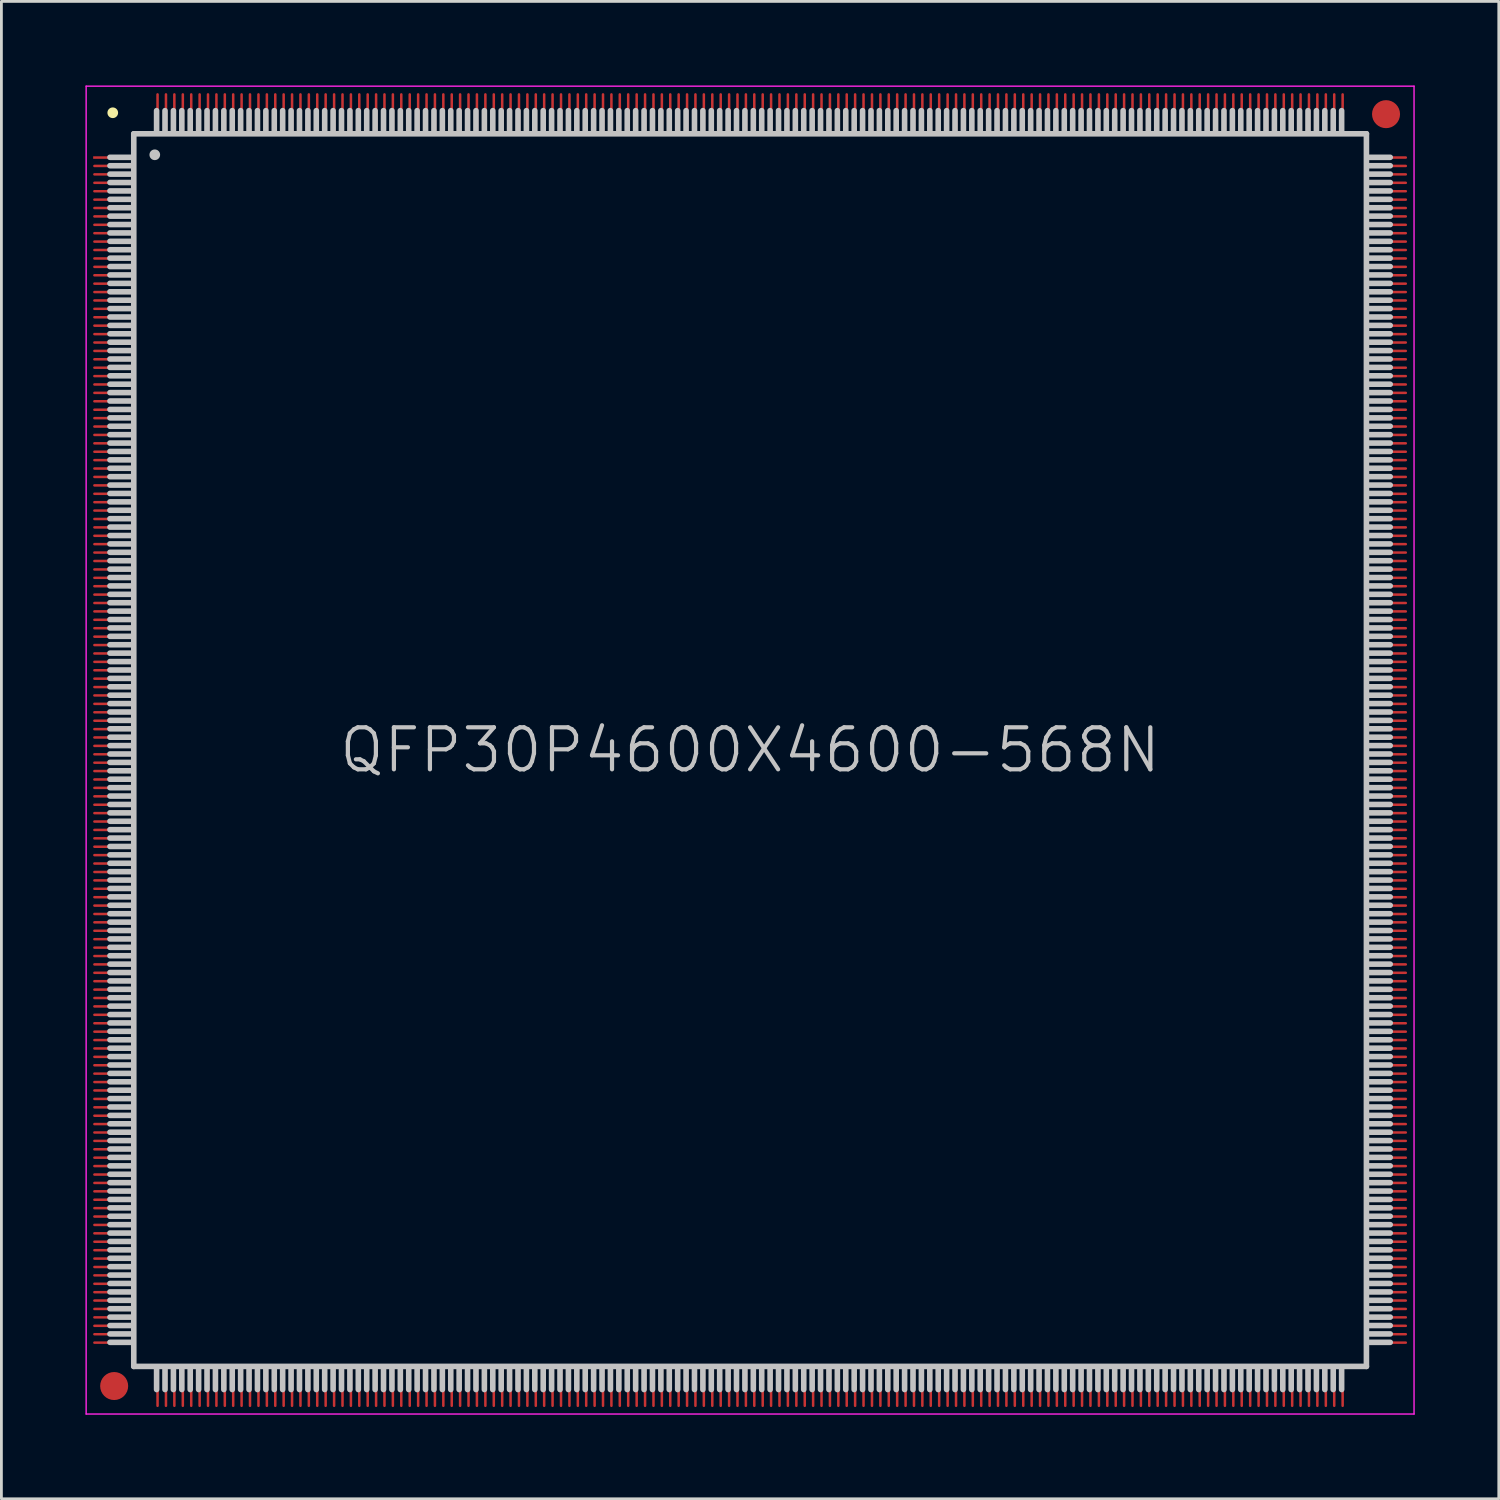
<source format=kicad_pcb>
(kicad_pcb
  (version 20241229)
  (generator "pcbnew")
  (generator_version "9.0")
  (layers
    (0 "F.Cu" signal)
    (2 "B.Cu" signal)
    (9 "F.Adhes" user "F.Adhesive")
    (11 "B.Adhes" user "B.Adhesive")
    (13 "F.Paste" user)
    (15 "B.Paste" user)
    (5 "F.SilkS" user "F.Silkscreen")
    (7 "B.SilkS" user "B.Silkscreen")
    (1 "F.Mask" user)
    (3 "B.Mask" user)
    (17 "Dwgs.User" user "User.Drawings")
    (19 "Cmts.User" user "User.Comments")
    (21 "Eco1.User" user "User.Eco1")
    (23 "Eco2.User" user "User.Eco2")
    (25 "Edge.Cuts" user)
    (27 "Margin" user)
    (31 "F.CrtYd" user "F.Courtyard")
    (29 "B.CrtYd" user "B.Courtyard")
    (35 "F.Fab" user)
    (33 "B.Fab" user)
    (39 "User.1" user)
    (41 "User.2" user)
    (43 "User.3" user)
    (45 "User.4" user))
  (footprint "QFP30P4600X4600-568N"
    (layer "F.Cu")
    (at 23.725 23.725)
    (property "Reference" "QFP30P4600X4600-568N" (at 0 0 0) (layer "Dwgs.User") (effects (font (size 1.5 1.5) (thickness 0.15))))
    (attr smd)
    (fp_line (start -22.75 -22.75) (end -22.75 -22.75) (stroke (width 0.381) (type solid)) (layer "F.SilkS"))
    (fp_line (start -22.05 -21.16) (end -22.85 -21.16) (stroke (width 0.2) (type solid)) (layer "Dwgs.User"))
    (fp_line (start -22.05 -20.86) (end -22.85 -20.86) (stroke (width 0.2) (type solid)) (layer "Dwgs.User"))
    (fp_line (start -22.05 -20.56) (end -22.85 -20.56) (stroke (width 0.2) (type solid)) (layer "Dwgs.User"))
    (fp_line (start -22.05 -20.26) (end -22.85 -20.26) (stroke (width 0.2) (type solid)) (layer "Dwgs.User"))
    (fp_line (start -22.05 -19.96) (end -22.85 -19.96) (stroke (width 0.2) (type solid)) (layer "Dwgs.User"))
    (fp_line (start -22.05 -19.66) (end -22.85 -19.66) (stroke (width 0.2) (type solid)) (layer "Dwgs.User"))
    (fp_line (start -22.05 -19.36) (end -22.85 -19.36) (stroke (width 0.2) (type solid)) (layer "Dwgs.User"))
    (fp_line (start -22.05 -19.06) (end -22.85 -19.06) (stroke (width 0.2) (type solid)) (layer "Dwgs.User"))
    (fp_line (start -22.05 -18.76) (end -22.85 -18.76) (stroke (width 0.2) (type solid)) (layer "Dwgs.User"))
    (fp_line (start -22.05 -18.46) (end -22.85 -18.46) (stroke (width 0.2) (type solid)) (layer "Dwgs.User"))
    (fp_line (start -22.05 -18.16) (end -22.85 -18.16) (stroke (width 0.2) (type solid)) (layer "Dwgs.User"))
    (fp_line (start -22.05 -17.86) (end -22.85 -17.86) (stroke (width 0.2) (type solid)) (layer "Dwgs.User"))
    (fp_line (start -22.05 -17.56) (end -22.85 -17.56) (stroke (width 0.2) (type solid)) (layer "Dwgs.User"))
    (fp_line (start -22.05 -17.26) (end -22.85 -17.26) (stroke (width 0.2) (type solid)) (layer "Dwgs.User"))
    (fp_line (start -22.05 -16.96) (end -22.85 -16.96) (stroke (width 0.2) (type solid)) (layer "Dwgs.User"))
    (fp_line (start -22.05 -16.66) (end -22.85 -16.66) (stroke (width 0.2) (type solid)) (layer "Dwgs.User"))
    (fp_line (start -22.05 -16.36) (end -22.85 -16.36) (stroke (width 0.2) (type solid)) (layer "Dwgs.User"))
    (fp_line (start -22.05 -16.06) (end -22.85 -16.06) (stroke (width 0.2) (type solid)) (layer "Dwgs.User"))
    (fp_line (start -22.05 -15.76) (end -22.85 -15.76) (stroke (width 0.2) (type solid)) (layer "Dwgs.User"))
    (fp_line (start -22.05 -15.46) (end -22.85 -15.46) (stroke (width 0.2) (type solid)) (layer "Dwgs.User"))
    (fp_line (start -22.05 -15.16) (end -22.85 -15.16) (stroke (width 0.2) (type solid)) (layer "Dwgs.User"))
    (fp_line (start -22.05 -14.86) (end -22.85 -14.86) (stroke (width 0.2) (type solid)) (layer "Dwgs.User"))
    (fp_line (start -22.05 -14.56) (end -22.85 -14.56) (stroke (width 0.2) (type solid)) (layer "Dwgs.User"))
    (fp_line (start -22.05 -14.26) (end -22.85 -14.26) (stroke (width 0.2) (type solid)) (layer "Dwgs.User"))
    (fp_line (start -22.05 -13.96) (end -22.85 -13.96) (stroke (width 0.2) (type solid)) (layer "Dwgs.User"))
    (fp_line (start -22.05 -13.66) (end -22.85 -13.66) (stroke (width 0.2) (type solid)) (layer "Dwgs.User"))
    (fp_line (start -22.05 -13.36) (end -22.85 -13.36) (stroke (width 0.2) (type solid)) (layer "Dwgs.User"))
    (fp_line (start -22.05 -13.06) (end -22.85 -13.06) (stroke (width 0.2) (type solid)) (layer "Dwgs.User"))
    (fp_line (start -22.05 -12.76) (end -22.85 -12.76) (stroke (width 0.2) (type solid)) (layer "Dwgs.User"))
    (fp_line (start -22.05 -12.46) (end -22.85 -12.46) (stroke (width 0.2) (type solid)) (layer "Dwgs.User"))
    (fp_line (start -22.05 -12.16) (end -22.85 -12.16) (stroke (width 0.2) (type solid)) (layer "Dwgs.User"))
    (fp_line (start -22.05 -11.86) (end -22.85 -11.86) (stroke (width 0.2) (type solid)) (layer "Dwgs.User"))
    (fp_line (start -22.05 -11.56) (end -22.85 -11.56) (stroke (width 0.2) (type solid)) (layer "Dwgs.User"))
    (fp_line (start -22.05 -11.26) (end -22.85 -11.26) (stroke (width 0.2) (type solid)) (layer "Dwgs.User"))
    (fp_line (start -22.05 -10.96) (end -22.85 -10.96) (stroke (width 0.2) (type solid)) (layer "Dwgs.User"))
    (fp_line (start -22.05 -10.66) (end -22.85 -10.66) (stroke (width 0.2) (type solid)) (layer "Dwgs.User"))
    (fp_line (start -22.05 -10.36) (end -22.85 -10.36) (stroke (width 0.2) (type solid)) (layer "Dwgs.User"))
    (fp_line (start -22.05 -10.06) (end -22.85 -10.06) (stroke (width 0.2) (type solid)) (layer "Dwgs.User"))
    (fp_line (start -22.05 -9.76) (end -22.85 -9.76) (stroke (width 0.2) (type solid)) (layer "Dwgs.User"))
    (fp_line (start -22.05 -9.46) (end -22.85 -9.46) (stroke (width 0.2) (type solid)) (layer "Dwgs.User"))
    (fp_line (start -22.05 -9.16) (end -22.85 -9.16) (stroke (width 0.2) (type solid)) (layer "Dwgs.User"))
    (fp_line (start -22.05 -8.86) (end -22.85 -8.86) (stroke (width 0.2) (type solid)) (layer "Dwgs.User"))
    (fp_line (start -22.05 -8.56) (end -22.85 -8.56) (stroke (width 0.2) (type solid)) (layer "Dwgs.User"))
    (fp_line (start -22.05 -8.26) (end -22.85 -8.26) (stroke (width 0.2) (type solid)) (layer "Dwgs.User"))
    (fp_line (start -22.05 -7.96) (end -22.85 -7.96) (stroke (width 0.2) (type solid)) (layer "Dwgs.User"))
    (fp_line (start -22.05 -7.66) (end -22.85 -7.66) (stroke (width 0.2) (type solid)) (layer "Dwgs.User"))
    (fp_line (start -22.05 -7.36) (end -22.85 -7.36) (stroke (width 0.2) (type solid)) (layer "Dwgs.User"))
    (fp_line (start -22.05 -7.06) (end -22.85 -7.06) (stroke (width 0.2) (type solid)) (layer "Dwgs.User"))
    (fp_line (start -22.05 -6.76) (end -22.85 -6.76) (stroke (width 0.2) (type solid)) (layer "Dwgs.User"))
    (fp_line (start -22.05 -6.46) (end -22.85 -6.46) (stroke (width 0.2) (type solid)) (layer "Dwgs.User"))
    (fp_line (start -22.05 -6.16) (end -22.85 -6.16) (stroke (width 0.2) (type solid)) (layer "Dwgs.User"))
    (fp_line (start -22.05 -5.86) (end -22.85 -5.86) (stroke (width 0.2) (type solid)) (layer "Dwgs.User"))
    (fp_line (start -22.05 -5.56) (end -22.85 -5.56) (stroke (width 0.2) (type solid)) (layer "Dwgs.User"))
    (fp_line (start -22.05 -5.26) (end -22.85 -5.26) (stroke (width 0.2) (type solid)) (layer "Dwgs.User"))
    (fp_line (start -22.05 -4.96) (end -22.85 -4.96) (stroke (width 0.2) (type solid)) (layer "Dwgs.User"))
    (fp_line (start -22.05 -4.66) (end -22.85 -4.66) (stroke (width 0.2) (type solid)) (layer "Dwgs.User"))
    (fp_line (start -22.05 -4.36) (end -22.85 -4.36) (stroke (width 0.2) (type solid)) (layer "Dwgs.User"))
    (fp_line (start -22.05 -4.06) (end -22.85 -4.06) (stroke (width 0.2) (type solid)) (layer "Dwgs.User"))
    (fp_line (start -22.05 -3.76) (end -22.85 -3.76) (stroke (width 0.2) (type solid)) (layer "Dwgs.User"))
    (fp_line (start -22.05 -3.46) (end -22.85 -3.46) (stroke (width 0.2) (type solid)) (layer "Dwgs.User"))
    (fp_line (start -22.05 -3.16) (end -22.85 -3.16) (stroke (width 0.2) (type solid)) (layer "Dwgs.User"))
    (fp_line (start -22.05 -2.86) (end -22.85 -2.86) (stroke (width 0.2) (type solid)) (layer "Dwgs.User"))
    (fp_line (start -22.05 -2.56) (end -22.85 -2.56) (stroke (width 0.2) (type solid)) (layer "Dwgs.User"))
    (fp_line (start -22.05 -2.26) (end -22.85 -2.26) (stroke (width 0.2) (type solid)) (layer "Dwgs.User"))
    (fp_line (start -22.05 -1.96) (end -22.85 -1.96) (stroke (width 0.2) (type solid)) (layer "Dwgs.User"))
    (fp_line (start -22.05 -1.66) (end -22.85 -1.66) (stroke (width 0.2) (type solid)) (layer "Dwgs.User"))
    (fp_line (start -22.05 -1.36) (end -22.85 -1.36) (stroke (width 0.2) (type solid)) (layer "Dwgs.User"))
    (fp_line (start -22.05 -1.06) (end -22.85 -1.06) (stroke (width 0.2) (type solid)) (layer "Dwgs.User"))
    (fp_line (start -22.05 -0.76) (end -22.85 -0.76) (stroke (width 0.2) (type solid)) (layer "Dwgs.User"))
    (fp_line (start -22.05 -0.46) (end -22.85 -0.46) (stroke (width 0.2) (type solid)) (layer "Dwgs.User"))
    (fp_line (start -22.05 -0.16) (end -22.85 -0.16) (stroke (width 0.2) (type solid)) (layer "Dwgs.User"))
    (fp_line (start -22.05 0.14) (end -22.85 0.14) (stroke (width 0.2) (type solid)) (layer "Dwgs.User"))
    (fp_line (start -22.05 0.44) (end -22.85 0.44) (stroke (width 0.2) (type solid)) (layer "Dwgs.User"))
    (fp_line (start -22.05 0.74) (end -22.85 0.74) (stroke (width 0.2) (type solid)) (layer "Dwgs.User"))
    (fp_line (start -22.05 1.04) (end -22.85 1.04) (stroke (width 0.2) (type solid)) (layer "Dwgs.User"))
    (fp_line (start -22.05 1.34) (end -22.85 1.34) (stroke (width 0.2) (type solid)) (layer "Dwgs.User"))
    (fp_line (start -22.05 1.64) (end -22.85 1.64) (stroke (width 0.2) (type solid)) (layer "Dwgs.User"))
    (fp_line (start -22.05 1.94) (end -22.85 1.94) (stroke (width 0.2) (type solid)) (layer "Dwgs.User"))
    (fp_line (start -22.05 2.24) (end -22.85 2.24) (stroke (width 0.2) (type solid)) (layer "Dwgs.User"))
    (fp_line (start -22.05 2.54) (end -22.85 2.54) (stroke (width 0.2) (type solid)) (layer "Dwgs.User"))
    (fp_line (start -22.05 2.84) (end -22.85 2.84) (stroke (width 0.2) (type solid)) (layer "Dwgs.User"))
    (fp_line (start -22.05 3.14) (end -22.85 3.14) (stroke (width 0.2) (type solid)) (layer "Dwgs.User"))
    (fp_line (start -22.05 3.44) (end -22.85 3.44) (stroke (width 0.2) (type solid)) (layer "Dwgs.User"))
    (fp_line (start -22.05 3.74) (end -22.85 3.74) (stroke (width 0.2) (type solid)) (layer "Dwgs.User"))
    (fp_line (start -22.05 4.04) (end -22.85 4.04) (stroke (width 0.2) (type solid)) (layer "Dwgs.User"))
    (fp_line (start -22.05 4.34) (end -22.85 4.34) (stroke (width 0.2) (type solid)) (layer "Dwgs.User"))
    (fp_line (start -22.05 4.64) (end -22.85 4.64) (stroke (width 0.2) (type solid)) (layer "Dwgs.User"))
    (fp_line (start -22.05 4.94) (end -22.85 4.94) (stroke (width 0.2) (type solid)) (layer "Dwgs.User"))
    (fp_line (start -22.05 5.24) (end -22.85 5.24) (stroke (width 0.2) (type solid)) (layer "Dwgs.User"))
    (fp_line (start -22.05 5.54) (end -22.85 5.54) (stroke (width 0.2) (type solid)) (layer "Dwgs.User"))
    (fp_line (start -22.05 5.84) (end -22.85 5.84) (stroke (width 0.2) (type solid)) (layer "Dwgs.User"))
    (fp_line (start -22.05 6.14) (end -22.85 6.14) (stroke (width 0.2) (type solid)) (layer "Dwgs.User"))
    (fp_line (start -22.05 6.44) (end -22.85 6.44) (stroke (width 0.2) (type solid)) (layer "Dwgs.User"))
    (fp_line (start -22.05 6.74) (end -22.85 6.74) (stroke (width 0.2) (type solid)) (layer "Dwgs.User"))
    (fp_line (start -22.05 7.04) (end -22.85 7.04) (stroke (width 0.2) (type solid)) (layer "Dwgs.User"))
    (fp_line (start -22.05 7.34) (end -22.85 7.34) (stroke (width 0.2) (type solid)) (layer "Dwgs.User"))
    (fp_line (start -22.05 7.64) (end -22.85 7.64) (stroke (width 0.2) (type solid)) (layer "Dwgs.User"))
    (fp_line (start -22.05 7.94) (end -22.85 7.94) (stroke (width 0.2) (type solid)) (layer "Dwgs.User"))
    (fp_line (start -22.05 8.24) (end -22.85 8.24) (stroke (width 0.2) (type solid)) (layer "Dwgs.User"))
    (fp_line (start -22.05 8.54) (end -22.85 8.54) (stroke (width 0.2) (type solid)) (layer "Dwgs.User"))
    (fp_line (start -22.05 8.84) (end -22.85 8.84) (stroke (width 0.2) (type solid)) (layer "Dwgs.User"))
    (fp_line (start -22.05 9.14) (end -22.85 9.14) (stroke (width 0.2) (type solid)) (layer "Dwgs.User"))
    (fp_line (start -22.05 9.44) (end -22.85 9.44) (stroke (width 0.2) (type solid)) (layer "Dwgs.User"))
    (fp_line (start -22.05 9.74) (end -22.85 9.74) (stroke (width 0.2) (type solid)) (layer "Dwgs.User"))
    (fp_line (start -22.05 10.04) (end -22.85 10.04) (stroke (width 0.2) (type solid)) (layer "Dwgs.User"))
    (fp_line (start -22.05 10.34) (end -22.85 10.34) (stroke (width 0.2) (type solid)) (layer "Dwgs.User"))
    (fp_line (start -22.05 10.64) (end -22.85 10.64) (stroke (width 0.2) (type solid)) (layer "Dwgs.User"))
    (fp_line (start -22.05 10.94) (end -22.85 10.94) (stroke (width 0.2) (type solid)) (layer "Dwgs.User"))
    (fp_line (start -22.05 11.24) (end -22.85 11.24) (stroke (width 0.2) (type solid)) (layer "Dwgs.User"))
    (fp_line (start -22.05 11.54) (end -22.85 11.54) (stroke (width 0.2) (type solid)) (layer "Dwgs.User"))
    (fp_line (start -22.05 11.84) (end -22.85 11.84) (stroke (width 0.2) (type solid)) (layer "Dwgs.User"))
    (fp_line (start -22.05 12.14) (end -22.85 12.14) (stroke (width 0.2) (type solid)) (layer "Dwgs.User"))
    (fp_line (start -22.05 12.44) (end -22.85 12.44) (stroke (width 0.2) (type solid)) (layer "Dwgs.User"))
    (fp_line (start -22.05 12.74) (end -22.85 12.74) (stroke (width 0.2) (type solid)) (layer "Dwgs.User"))
    (fp_line (start -22.05 13.04) (end -22.85 13.04) (stroke (width 0.2) (type solid)) (layer "Dwgs.User"))
    (fp_line (start -22.05 13.34) (end -22.85 13.34) (stroke (width 0.2) (type solid)) (layer "Dwgs.User"))
    (fp_line (start -22.05 13.64) (end -22.85 13.64) (stroke (width 0.2) (type solid)) (layer "Dwgs.User"))
    (fp_line (start -22.05 13.94) (end -22.85 13.94) (stroke (width 0.2) (type solid)) (layer "Dwgs.User"))
    (fp_line (start -22.05 14.24) (end -22.85 14.24) (stroke (width 0.2) (type solid)) (layer "Dwgs.User"))
    (fp_line (start -22.05 14.54) (end -22.85 14.54) (stroke (width 0.2) (type solid)) (layer "Dwgs.User"))
    (fp_line (start -22.05 14.84) (end -22.85 14.84) (stroke (width 0.2) (type solid)) (layer "Dwgs.User"))
    (fp_line (start -22.05 15.14) (end -22.85 15.14) (stroke (width 0.2) (type solid)) (layer "Dwgs.User"))
    (fp_line (start -22.05 15.44) (end -22.85 15.44) (stroke (width 0.2) (type solid)) (layer "Dwgs.User"))
    (fp_line (start -22.05 15.74) (end -22.85 15.74) (stroke (width 0.2) (type solid)) (layer "Dwgs.User"))
    (fp_line (start -22.05 16.04) (end -22.85 16.04) (stroke (width 0.2) (type solid)) (layer "Dwgs.User"))
    (fp_line (start -22.05 16.34) (end -22.85 16.34) (stroke (width 0.2) (type solid)) (layer "Dwgs.User"))
    (fp_line (start -22.05 16.64) (end -22.85 16.64) (stroke (width 0.2) (type solid)) (layer "Dwgs.User"))
    (fp_line (start -22.05 16.94) (end -22.85 16.94) (stroke (width 0.2) (type solid)) (layer "Dwgs.User"))
    (fp_line (start -22.05 17.24) (end -22.85 17.24) (stroke (width 0.2) (type solid)) (layer "Dwgs.User"))
    (fp_line (start -22.05 17.54) (end -22.85 17.54) (stroke (width 0.2) (type solid)) (layer "Dwgs.User"))
    (fp_line (start -22.05 17.84) (end -22.85 17.84) (stroke (width 0.2) (type solid)) (layer "Dwgs.User"))
    (fp_line (start -22.05 18.14) (end -22.85 18.14) (stroke (width 0.2) (type solid)) (layer "Dwgs.User"))
    (fp_line (start -22.05 18.44) (end -22.85 18.44) (stroke (width 0.2) (type solid)) (layer "Dwgs.User"))
    (fp_line (start -22.05 18.74) (end -22.85 18.74) (stroke (width 0.2) (type solid)) (layer "Dwgs.User"))
    (fp_line (start -22.05 19.04) (end -22.85 19.04) (stroke (width 0.2) (type solid)) (layer "Dwgs.User"))
    (fp_line (start -22.05 19.34) (end -22.85 19.34) (stroke (width 0.2) (type solid)) (layer "Dwgs.User"))
    (fp_line (start -22.05 19.64) (end -22.85 19.64) (stroke (width 0.2) (type solid)) (layer "Dwgs.User"))
    (fp_line (start -22.05 19.94) (end -22.85 19.94) (stroke (width 0.2) (type solid)) (layer "Dwgs.User"))
    (fp_line (start -22.05 20.24) (end -22.85 20.24) (stroke (width 0.2) (type solid)) (layer "Dwgs.User"))
    (fp_line (start -22.05 20.54) (end -22.85 20.54) (stroke (width 0.2) (type solid)) (layer "Dwgs.User"))
    (fp_line (start -22.05 20.84) (end -22.85 20.84) (stroke (width 0.2) (type solid)) (layer "Dwgs.User"))
    (fp_line (start -22.05 21.14) (end -22.85 21.14) (stroke (width 0.2) (type solid)) (layer "Dwgs.User"))
    (fp_line (start -22 -22) (end -22 22) (stroke (width 0.2) (type solid)) (layer "Dwgs.User"))
    (fp_line (start -22 -22) (end 22 -22) (stroke (width 0.2) (type solid)) (layer "Dwgs.User"))
    (fp_line (start -22 22) (end 22 22) (stroke (width 0.2) (type solid)) (layer "Dwgs.User"))
    (fp_line (start -21.25 -21.25) (end -21.25 -21.25) (stroke (width 0.381) (type solid)) (layer "Dwgs.User"))
    (fp_line (start -21.185 -22.825) (end -21.185 -22.025) (stroke (width 0.2) (type solid)) (layer "Dwgs.User"))
    (fp_line (start -21.185 22.025) (end -21.185 22.825) (stroke (width 0.2) (type solid)) (layer "Dwgs.User"))
    (fp_line (start -20.885 -22.825) (end -20.885 -22.025) (stroke (width 0.2) (type solid)) (layer "Dwgs.User"))
    (fp_line (start -20.885 22.025) (end -20.885 22.825) (stroke (width 0.2) (type solid)) (layer "Dwgs.User"))
    (fp_line (start -20.585 -22.825) (end -20.585 -22.025) (stroke (width 0.2) (type solid)) (layer "Dwgs.User"))
    (fp_line (start -20.585 22.025) (end -20.585 22.825) (stroke (width 0.2) (type solid)) (layer "Dwgs.User"))
    (fp_line (start -20.285 -22.825) (end -20.285 -22.025) (stroke (width 0.2) (type solid)) (layer "Dwgs.User"))
    (fp_line (start -20.285 22.025) (end -20.285 22.825) (stroke (width 0.2) (type solid)) (layer "Dwgs.User"))
    (fp_line (start -19.985 -22.825) (end -19.985 -22.025) (stroke (width 0.2) (type solid)) (layer "Dwgs.User"))
    (fp_line (start -19.985 22.025) (end -19.985 22.825) (stroke (width 0.2) (type solid)) (layer "Dwgs.User"))
    (fp_line (start -19.685 -22.825) (end -19.685 -22.025) (stroke (width 0.2) (type solid)) (layer "Dwgs.User"))
    (fp_line (start -19.685 22.025) (end -19.685 22.825) (stroke (width 0.2) (type solid)) (layer "Dwgs.User"))
    (fp_line (start -19.385 -22.825) (end -19.385 -22.025) (stroke (width 0.2) (type solid)) (layer "Dwgs.User"))
    (fp_line (start -19.385 22.025) (end -19.385 22.825) (stroke (width 0.2) (type solid)) (layer "Dwgs.User"))
    (fp_line (start -19.085 -22.825) (end -19.085 -22.025) (stroke (width 0.2) (type solid)) (layer "Dwgs.User"))
    (fp_line (start -19.085 22.025) (end -19.085 22.825) (stroke (width 0.2) (type solid)) (layer "Dwgs.User"))
    (fp_line (start -18.785 -22.825) (end -18.785 -22.025) (stroke (width 0.2) (type solid)) (layer "Dwgs.User"))
    (fp_line (start -18.785 22.025) (end -18.785 22.825) (stroke (width 0.2) (type solid)) (layer "Dwgs.User"))
    (fp_line (start -18.485 -22.825) (end -18.485 -22.025) (stroke (width 0.2) (type solid)) (layer "Dwgs.User"))
    (fp_line (start -18.485 22.025) (end -18.485 22.825) (stroke (width 0.2) (type solid)) (layer "Dwgs.User"))
    (fp_line (start -18.185 -22.825) (end -18.185 -22.025) (stroke (width 0.2) (type solid)) (layer "Dwgs.User"))
    (fp_line (start -18.185 22.025) (end -18.185 22.825) (stroke (width 0.2) (type solid)) (layer "Dwgs.User"))
    (fp_line (start -17.885 -22.825) (end -17.885 -22.025) (stroke (width 0.2) (type solid)) (layer "Dwgs.User"))
    (fp_line (start -17.885 22.025) (end -17.885 22.825) (stroke (width 0.2) (type solid)) (layer "Dwgs.User"))
    (fp_line (start -17.585 -22.825) (end -17.585 -22.025) (stroke (width 0.2) (type solid)) (layer "Dwgs.User"))
    (fp_line (start -17.585 22.025) (end -17.585 22.825) (stroke (width 0.2) (type solid)) (layer "Dwgs.User"))
    (fp_line (start -17.285 -22.825) (end -17.285 -22.025) (stroke (width 0.2) (type solid)) (layer "Dwgs.User"))
    (fp_line (start -17.285 22.025) (end -17.285 22.825) (stroke (width 0.2) (type solid)) (layer "Dwgs.User"))
    (fp_line (start -16.985 -22.825) (end -16.985 -22.025) (stroke (width 0.2) (type solid)) (layer "Dwgs.User"))
    (fp_line (start -16.985 22.025) (end -16.985 22.825) (stroke (width 0.2) (type solid)) (layer "Dwgs.User"))
    (fp_line (start -16.685 -22.825) (end -16.685 -22.025) (stroke (width 0.2) (type solid)) (layer "Dwgs.User"))
    (fp_line (start -16.685 22.025) (end -16.685 22.825) (stroke (width 0.2) (type solid)) (layer "Dwgs.User"))
    (fp_line (start -16.385 -22.825) (end -16.385 -22.025) (stroke (width 0.2) (type solid)) (layer "Dwgs.User"))
    (fp_line (start -16.385 22.025) (end -16.385 22.825) (stroke (width 0.2) (type solid)) (layer "Dwgs.User"))
    (fp_line (start -16.085 -22.825) (end -16.085 -22.025) (stroke (width 0.2) (type solid)) (layer "Dwgs.User"))
    (fp_line (start -16.085 22.025) (end -16.085 22.825) (stroke (width 0.2) (type solid)) (layer "Dwgs.User"))
    (fp_line (start -15.785 -22.825) (end -15.785 -22.025) (stroke (width 0.2) (type solid)) (layer "Dwgs.User"))
    (fp_line (start -15.785 22.025) (end -15.785 22.825) (stroke (width 0.2) (type solid)) (layer "Dwgs.User"))
    (fp_line (start -15.485 -22.825) (end -15.485 -22.025) (stroke (width 0.2) (type solid)) (layer "Dwgs.User"))
    (fp_line (start -15.485 22.025) (end -15.485 22.825) (stroke (width 0.2) (type solid)) (layer "Dwgs.User"))
    (fp_line (start -15.185 -22.825) (end -15.185 -22.025) (stroke (width 0.2) (type solid)) (layer "Dwgs.User"))
    (fp_line (start -15.185 22.025) (end -15.185 22.825) (stroke (width 0.2) (type solid)) (layer "Dwgs.User"))
    (fp_line (start -14.885 -22.825) (end -14.885 -22.025) (stroke (width 0.2) (type solid)) (layer "Dwgs.User"))
    (fp_line (start -14.885 22.025) (end -14.885 22.825) (stroke (width 0.2) (type solid)) (layer "Dwgs.User"))
    (fp_line (start -14.585 -22.825) (end -14.585 -22.025) (stroke (width 0.2) (type solid)) (layer "Dwgs.User"))
    (fp_line (start -14.585 22.025) (end -14.585 22.825) (stroke (width 0.2) (type solid)) (layer "Dwgs.User"))
    (fp_line (start -14.285 -22.825) (end -14.285 -22.025) (stroke (width 0.2) (type solid)) (layer "Dwgs.User"))
    (fp_line (start -14.285 22.025) (end -14.285 22.825) (stroke (width 0.2) (type solid)) (layer "Dwgs.User"))
    (fp_line (start -13.985 -22.825) (end -13.985 -22.025) (stroke (width 0.2) (type solid)) (layer "Dwgs.User"))
    (fp_line (start -13.985 22.025) (end -13.985 22.825) (stroke (width 0.2) (type solid)) (layer "Dwgs.User"))
    (fp_line (start -13.685 -22.825) (end -13.685 -22.025) (stroke (width 0.2) (type solid)) (layer "Dwgs.User"))
    (fp_line (start -13.685 22.025) (end -13.685 22.825) (stroke (width 0.2) (type solid)) (layer "Dwgs.User"))
    (fp_line (start -13.385 -22.825) (end -13.385 -22.025) (stroke (width 0.2) (type solid)) (layer "Dwgs.User"))
    (fp_line (start -13.385 22.025) (end -13.385 22.825) (stroke (width 0.2) (type solid)) (layer "Dwgs.User"))
    (fp_line (start -13.085 -22.825) (end -13.085 -22.025) (stroke (width 0.2) (type solid)) (layer "Dwgs.User"))
    (fp_line (start -13.085 22.025) (end -13.085 22.825) (stroke (width 0.2) (type solid)) (layer "Dwgs.User"))
    (fp_line (start -12.785 -22.825) (end -12.785 -22.025) (stroke (width 0.2) (type solid)) (layer "Dwgs.User"))
    (fp_line (start -12.785 22.025) (end -12.785 22.825) (stroke (width 0.2) (type solid)) (layer "Dwgs.User"))
    (fp_line (start -12.485 -22.825) (end -12.485 -22.025) (stroke (width 0.2) (type solid)) (layer "Dwgs.User"))
    (fp_line (start -12.485 22.025) (end -12.485 22.825) (stroke (width 0.2) (type solid)) (layer "Dwgs.User"))
    (fp_line (start -12.185 -22.825) (end -12.185 -22.025) (stroke (width 0.2) (type solid)) (layer "Dwgs.User"))
    (fp_line (start -12.185 22.025) (end -12.185 22.825) (stroke (width 0.2) (type solid)) (layer "Dwgs.User"))
    (fp_line (start -11.885 -22.825) (end -11.885 -22.025) (stroke (width 0.2) (type solid)) (layer "Dwgs.User"))
    (fp_line (start -11.885 22.025) (end -11.885 22.825) (stroke (width 0.2) (type solid)) (layer "Dwgs.User"))
    (fp_line (start -11.585 -22.825) (end -11.585 -22.025) (stroke (width 0.2) (type solid)) (layer "Dwgs.User"))
    (fp_line (start -11.585 22.025) (end -11.585 22.825) (stroke (width 0.2) (type solid)) (layer "Dwgs.User"))
    (fp_line (start -11.285 -22.825) (end -11.285 -22.025) (stroke (width 0.2) (type solid)) (layer "Dwgs.User"))
    (fp_line (start -11.285 22.025) (end -11.285 22.825) (stroke (width 0.2) (type solid)) (layer "Dwgs.User"))
    (fp_line (start -10.985 -22.825) (end -10.985 -22.025) (stroke (width 0.2) (type solid)) (layer "Dwgs.User"))
    (fp_line (start -10.985 22.025) (end -10.985 22.825) (stroke (width 0.2) (type solid)) (layer "Dwgs.User"))
    (fp_line (start -10.685 -22.825) (end -10.685 -22.025) (stroke (width 0.2) (type solid)) (layer "Dwgs.User"))
    (fp_line (start -10.685 22.025) (end -10.685 22.825) (stroke (width 0.2) (type solid)) (layer "Dwgs.User"))
    (fp_line (start -10.385 -22.825) (end -10.385 -22.025) (stroke (width 0.2) (type solid)) (layer "Dwgs.User"))
    (fp_line (start -10.385 22.025) (end -10.385 22.825) (stroke (width 0.2) (type solid)) (layer "Dwgs.User"))
    (fp_line (start -10.085 -22.825) (end -10.085 -22.025) (stroke (width 0.2) (type solid)) (layer "Dwgs.User"))
    (fp_line (start -10.085 22.025) (end -10.085 22.825) (stroke (width 0.2) (type solid)) (layer "Dwgs.User"))
    (fp_line (start -9.785 -22.825) (end -9.785 -22.025) (stroke (width 0.2) (type solid)) (layer "Dwgs.User"))
    (fp_line (start -9.785 22.025) (end -9.785 22.825) (stroke (width 0.2) (type solid)) (layer "Dwgs.User"))
    (fp_line (start -9.485 -22.825) (end -9.485 -22.025) (stroke (width 0.2) (type solid)) (layer "Dwgs.User"))
    (fp_line (start -9.485 22.025) (end -9.485 22.825) (stroke (width 0.2) (type solid)) (layer "Dwgs.User"))
    (fp_line (start -9.185 -22.825) (end -9.185 -22.025) (stroke (width 0.2) (type solid)) (layer "Dwgs.User"))
    (fp_line (start -9.185 22.025) (end -9.185 22.825) (stroke (width 0.2) (type solid)) (layer "Dwgs.User"))
    (fp_line (start -8.885 -22.825) (end -8.885 -22.025) (stroke (width 0.2) (type solid)) (layer "Dwgs.User"))
    (fp_line (start -8.885 22.025) (end -8.885 22.825) (stroke (width 0.2) (type solid)) (layer "Dwgs.User"))
    (fp_line (start -8.585 -22.825) (end -8.585 -22.025) (stroke (width 0.2) (type solid)) (layer "Dwgs.User"))
    (fp_line (start -8.585 22.025) (end -8.585 22.825) (stroke (width 0.2) (type solid)) (layer "Dwgs.User"))
    (fp_line (start -8.285 -22.825) (end -8.285 -22.025) (stroke (width 0.2) (type solid)) (layer "Dwgs.User"))
    (fp_line (start -8.285 22.025) (end -8.285 22.825) (stroke (width 0.2) (type solid)) (layer "Dwgs.User"))
    (fp_line (start -7.985 -22.825) (end -7.985 -22.025) (stroke (width 0.2) (type solid)) (layer "Dwgs.User"))
    (fp_line (start -7.985 22.025) (end -7.985 22.825) (stroke (width 0.2) (type solid)) (layer "Dwgs.User"))
    (fp_line (start -7.685 -22.825) (end -7.685 -22.025) (stroke (width 0.2) (type solid)) (layer "Dwgs.User"))
    (fp_line (start -7.685 22.025) (end -7.685 22.825) (stroke (width 0.2) (type solid)) (layer "Dwgs.User"))
    (fp_line (start -7.385 -22.825) (end -7.385 -22.025) (stroke (width 0.2) (type solid)) (layer "Dwgs.User"))
    (fp_line (start -7.385 22.025) (end -7.385 22.825) (stroke (width 0.2) (type solid)) (layer "Dwgs.User"))
    (fp_line (start -7.085 -22.825) (end -7.085 -22.025) (stroke (width 0.2) (type solid)) (layer "Dwgs.User"))
    (fp_line (start -7.085 22.025) (end -7.085 22.825) (stroke (width 0.2) (type solid)) (layer "Dwgs.User"))
    (fp_line (start -6.785 -22.825) (end -6.785 -22.025) (stroke (width 0.2) (type solid)) (layer "Dwgs.User"))
    (fp_line (start -6.785 22.025) (end -6.785 22.825) (stroke (width 0.2) (type solid)) (layer "Dwgs.User"))
    (fp_line (start -6.485 -22.825) (end -6.485 -22.025) (stroke (width 0.2) (type solid)) (layer "Dwgs.User"))
    (fp_line (start -6.485 22.025) (end -6.485 22.825) (stroke (width 0.2) (type solid)) (layer "Dwgs.User"))
    (fp_line (start -6.185 -22.825) (end -6.185 -22.025) (stroke (width 0.2) (type solid)) (layer "Dwgs.User"))
    (fp_line (start -6.185 22.025) (end -6.185 22.825) (stroke (width 0.2) (type solid)) (layer "Dwgs.User"))
    (fp_line (start -5.885 -22.825) (end -5.885 -22.025) (stroke (width 0.2) (type solid)) (layer "Dwgs.User"))
    (fp_line (start -5.885 22.025) (end -5.885 22.825) (stroke (width 0.2) (type solid)) (layer "Dwgs.User"))
    (fp_line (start -5.585 -22.825) (end -5.585 -22.025) (stroke (width 0.2) (type solid)) (layer "Dwgs.User"))
    (fp_line (start -5.585 22.025) (end -5.585 22.825) (stroke (width 0.2) (type solid)) (layer "Dwgs.User"))
    (fp_line (start -5.285 -22.825) (end -5.285 -22.025) (stroke (width 0.2) (type solid)) (layer "Dwgs.User"))
    (fp_line (start -5.285 22.025) (end -5.285 22.825) (stroke (width 0.2) (type solid)) (layer "Dwgs.User"))
    (fp_line (start -4.985 -22.825) (end -4.985 -22.025) (stroke (width 0.2) (type solid)) (layer "Dwgs.User"))
    (fp_line (start -4.985 22.025) (end -4.985 22.825) (stroke (width 0.2) (type solid)) (layer "Dwgs.User"))
    (fp_line (start -4.685 -22.825) (end -4.685 -22.025) (stroke (width 0.2) (type solid)) (layer "Dwgs.User"))
    (fp_line (start -4.685 22.025) (end -4.685 22.825) (stroke (width 0.2) (type solid)) (layer "Dwgs.User"))
    (fp_line (start -4.385 -22.825) (end -4.385 -22.025) (stroke (width 0.2) (type solid)) (layer "Dwgs.User"))
    (fp_line (start -4.385 22.025) (end -4.385 22.825) (stroke (width 0.2) (type solid)) (layer "Dwgs.User"))
    (fp_line (start -4.085 -22.825) (end -4.085 -22.025) (stroke (width 0.2) (type solid)) (layer "Dwgs.User"))
    (fp_line (start -4.085 22.025) (end -4.085 22.825) (stroke (width 0.2) (type solid)) (layer "Dwgs.User"))
    (fp_line (start -3.785 -22.825) (end -3.785 -22.025) (stroke (width 0.2) (type solid)) (layer "Dwgs.User"))
    (fp_line (start -3.785 22.025) (end -3.785 22.825) (stroke (width 0.2) (type solid)) (layer "Dwgs.User"))
    (fp_line (start -3.485 -22.825) (end -3.485 -22.025) (stroke (width 0.2) (type solid)) (layer "Dwgs.User"))
    (fp_line (start -3.485 22.025) (end -3.485 22.825) (stroke (width 0.2) (type solid)) (layer "Dwgs.User"))
    (fp_line (start -3.185 -22.825) (end -3.185 -22.025) (stroke (width 0.2) (type solid)) (layer "Dwgs.User"))
    (fp_line (start -3.185 22.025) (end -3.185 22.825) (stroke (width 0.2) (type solid)) (layer "Dwgs.User"))
    (fp_line (start -2.885 -22.825) (end -2.885 -22.025) (stroke (width 0.2) (type solid)) (layer "Dwgs.User"))
    (fp_line (start -2.885 22.025) (end -2.885 22.825) (stroke (width 0.2) (type solid)) (layer "Dwgs.User"))
    (fp_line (start -2.585 -22.825) (end -2.585 -22.025) (stroke (width 0.2) (type solid)) (layer "Dwgs.User"))
    (fp_line (start -2.585 22.025) (end -2.585 22.825) (stroke (width 0.2) (type solid)) (layer "Dwgs.User"))
    (fp_line (start -2.285 -22.825) (end -2.285 -22.025) (stroke (width 0.2) (type solid)) (layer "Dwgs.User"))
    (fp_line (start -2.285 22.025) (end -2.285 22.825) (stroke (width 0.2) (type solid)) (layer "Dwgs.User"))
    (fp_line (start -1.985 -22.825) (end -1.985 -22.025) (stroke (width 0.2) (type solid)) (layer "Dwgs.User"))
    (fp_line (start -1.985 22.025) (end -1.985 22.825) (stroke (width 0.2) (type solid)) (layer "Dwgs.User"))
    (fp_line (start -1.685 -22.825) (end -1.685 -22.025) (stroke (width 0.2) (type solid)) (layer "Dwgs.User"))
    (fp_line (start -1.685 22.025) (end -1.685 22.825) (stroke (width 0.2) (type solid)) (layer "Dwgs.User"))
    (fp_line (start -1.385 -22.825) (end -1.385 -22.025) (stroke (width 0.2) (type solid)) (layer "Dwgs.User"))
    (fp_line (start -1.385 22.025) (end -1.385 22.825) (stroke (width 0.2) (type solid)) (layer "Dwgs.User"))
    (fp_line (start -1.085 -22.825) (end -1.085 -22.025) (stroke (width 0.2) (type solid)) (layer "Dwgs.User"))
    (fp_line (start -1.085 22.025) (end -1.085 22.825) (stroke (width 0.2) (type solid)) (layer "Dwgs.User"))
    (fp_line (start -0.785 -22.825) (end -0.785 -22.025) (stroke (width 0.2) (type solid)) (layer "Dwgs.User"))
    (fp_line (start -0.785 22.025) (end -0.785 22.825) (stroke (width 0.2) (type solid)) (layer "Dwgs.User"))
    (fp_line (start -0.485 -22.825) (end -0.485 -22.025) (stroke (width 0.2) (type solid)) (layer "Dwgs.User"))
    (fp_line (start -0.485 22.025) (end -0.485 22.825) (stroke (width 0.2) (type solid)) (layer "Dwgs.User"))
    (fp_line (start -0.185 -22.825) (end -0.185 -22.025) (stroke (width 0.2) (type solid)) (layer "Dwgs.User"))
    (fp_line (start -0.185 22.025) (end -0.185 22.825) (stroke (width 0.2) (type solid)) (layer "Dwgs.User"))
    (fp_line (start 0.115 -22.825) (end 0.115 -22.025) (stroke (width 0.2) (type solid)) (layer "Dwgs.User"))
    (fp_line (start 0.115 22.025) (end 0.115 22.825) (stroke (width 0.2) (type solid)) (layer "Dwgs.User"))
    (fp_line (start 0.415 -22.825) (end 0.415 -22.025) (stroke (width 0.2) (type solid)) (layer "Dwgs.User"))
    (fp_line (start 0.415 22.025) (end 0.415 22.825) (stroke (width 0.2) (type solid)) (layer "Dwgs.User"))
    (fp_line (start 0.715 -22.825) (end 0.715 -22.025) (stroke (width 0.2) (type solid)) (layer "Dwgs.User"))
    (fp_line (start 0.715 22.025) (end 0.715 22.825) (stroke (width 0.2) (type solid)) (layer "Dwgs.User"))
    (fp_line (start 1.015 -22.825) (end 1.015 -22.025) (stroke (width 0.2) (type solid)) (layer "Dwgs.User"))
    (fp_line (start 1.015 22.025) (end 1.015 22.825) (stroke (width 0.2) (type solid)) (layer "Dwgs.User"))
    (fp_line (start 1.315 -22.825) (end 1.315 -22.025) (stroke (width 0.2) (type solid)) (layer "Dwgs.User"))
    (fp_line (start 1.315 22.025) (end 1.315 22.825) (stroke (width 0.2) (type solid)) (layer "Dwgs.User"))
    (fp_line (start 1.615 -22.825) (end 1.615 -22.025) (stroke (width 0.2) (type solid)) (layer "Dwgs.User"))
    (fp_line (start 1.615 22.025) (end 1.615 22.825) (stroke (width 0.2) (type solid)) (layer "Dwgs.User"))
    (fp_line (start 1.915 -22.825) (end 1.915 -22.025) (stroke (width 0.2) (type solid)) (layer "Dwgs.User"))
    (fp_line (start 1.915 22.025) (end 1.915 22.825) (stroke (width 0.2) (type solid)) (layer "Dwgs.User"))
    (fp_line (start 2.215 -22.825) (end 2.215 -22.025) (stroke (width 0.2) (type solid)) (layer "Dwgs.User"))
    (fp_line (start 2.215 22.025) (end 2.215 22.825) (stroke (width 0.2) (type solid)) (layer "Dwgs.User"))
    (fp_line (start 2.515 -22.825) (end 2.515 -22.025) (stroke (width 0.2) (type solid)) (layer "Dwgs.User"))
    (fp_line (start 2.515 22.025) (end 2.515 22.825) (stroke (width 0.2) (type solid)) (layer "Dwgs.User"))
    (fp_line (start 2.815 -22.825) (end 2.815 -22.025) (stroke (width 0.2) (type solid)) (layer "Dwgs.User"))
    (fp_line (start 2.815 22.025) (end 2.815 22.825) (stroke (width 0.2) (type solid)) (layer "Dwgs.User"))
    (fp_line (start 3.115 -22.825) (end 3.115 -22.025) (stroke (width 0.2) (type solid)) (layer "Dwgs.User"))
    (fp_line (start 3.115 22.025) (end 3.115 22.825) (stroke (width 0.2) (type solid)) (layer "Dwgs.User"))
    (fp_line (start 3.415 -22.825) (end 3.415 -22.025) (stroke (width 0.2) (type solid)) (layer "Dwgs.User"))
    (fp_line (start 3.415 22.025) (end 3.415 22.825) (stroke (width 0.2) (type solid)) (layer "Dwgs.User"))
    (fp_line (start 3.715 -22.825) (end 3.715 -22.025) (stroke (width 0.2) (type solid)) (layer "Dwgs.User"))
    (fp_line (start 3.715 22.025) (end 3.715 22.825) (stroke (width 0.2) (type solid)) (layer "Dwgs.User"))
    (fp_line (start 4.015 -22.825) (end 4.015 -22.025) (stroke (width 0.2) (type solid)) (layer "Dwgs.User"))
    (fp_line (start 4.015 22.025) (end 4.015 22.825) (stroke (width 0.2) (type solid)) (layer "Dwgs.User"))
    (fp_line (start 4.315 -22.825) (end 4.315 -22.025) (stroke (width 0.2) (type solid)) (layer "Dwgs.User"))
    (fp_line (start 4.315 22.025) (end 4.315 22.825) (stroke (width 0.2) (type solid)) (layer "Dwgs.User"))
    (fp_line (start 4.615 -22.825) (end 4.615 -22.025) (stroke (width 0.2) (type solid)) (layer "Dwgs.User"))
    (fp_line (start 4.615 22.025) (end 4.615 22.825) (stroke (width 0.2) (type solid)) (layer "Dwgs.User"))
    (fp_line (start 4.915 -22.825) (end 4.915 -22.025) (stroke (width 0.2) (type solid)) (layer "Dwgs.User"))
    (fp_line (start 4.915 22.025) (end 4.915 22.825) (stroke (width 0.2) (type solid)) (layer "Dwgs.User"))
    (fp_line (start 5.215 -22.825) (end 5.215 -22.025) (stroke (width 0.2) (type solid)) (layer "Dwgs.User"))
    (fp_line (start 5.215 22.025) (end 5.215 22.825) (stroke (width 0.2) (type solid)) (layer "Dwgs.User"))
    (fp_line (start 5.515 -22.825) (end 5.515 -22.025) (stroke (width 0.2) (type solid)) (layer "Dwgs.User"))
    (fp_line (start 5.515 22.025) (end 5.515 22.825) (stroke (width 0.2) (type solid)) (layer "Dwgs.User"))
    (fp_line (start 5.815 -22.825) (end 5.815 -22.025) (stroke (width 0.2) (type solid)) (layer "Dwgs.User"))
    (fp_line (start 5.815 22.025) (end 5.815 22.825) (stroke (width 0.2) (type solid)) (layer "Dwgs.User"))
    (fp_line (start 6.115 -22.825) (end 6.115 -22.025) (stroke (width 0.2) (type solid)) (layer "Dwgs.User"))
    (fp_line (start 6.115 22.025) (end 6.115 22.825) (stroke (width 0.2) (type solid)) (layer "Dwgs.User"))
    (fp_line (start 6.415 -22.825) (end 6.415 -22.025) (stroke (width 0.2) (type solid)) (layer "Dwgs.User"))
    (fp_line (start 6.415 22.025) (end 6.415 22.825) (stroke (width 0.2) (type solid)) (layer "Dwgs.User"))
    (fp_line (start 6.715 -22.825) (end 6.715 -22.025) (stroke (width 0.2) (type solid)) (layer "Dwgs.User"))
    (fp_line (start 6.715 22.025) (end 6.715 22.825) (stroke (width 0.2) (type solid)) (layer "Dwgs.User"))
    (fp_line (start 7.015 -22.825) (end 7.015 -22.025) (stroke (width 0.2) (type solid)) (layer "Dwgs.User"))
    (fp_line (start 7.015 22.025) (end 7.015 22.825) (stroke (width 0.2) (type solid)) (layer "Dwgs.User"))
    (fp_line (start 7.315 -22.825) (end 7.315 -22.025) (stroke (width 0.2) (type solid)) (layer "Dwgs.User"))
    (fp_line (start 7.315 22.025) (end 7.315 22.825) (stroke (width 0.2) (type solid)) (layer "Dwgs.User"))
    (fp_line (start 7.615 -22.825) (end 7.615 -22.025) (stroke (width 0.2) (type solid)) (layer "Dwgs.User"))
    (fp_line (start 7.615 22.025) (end 7.615 22.825) (stroke (width 0.2) (type solid)) (layer "Dwgs.User"))
    (fp_line (start 7.915 -22.825) (end 7.915 -22.025) (stroke (width 0.2) (type solid)) (layer "Dwgs.User"))
    (fp_line (start 7.915 22.025) (end 7.915 22.825) (stroke (width 0.2) (type solid)) (layer "Dwgs.User"))
    (fp_line (start 8.215 -22.825) (end 8.215 -22.025) (stroke (width 0.2) (type solid)) (layer "Dwgs.User"))
    (fp_line (start 8.215 22.025) (end 8.215 22.825) (stroke (width 0.2) (type solid)) (layer "Dwgs.User"))
    (fp_line (start 8.515 -22.825) (end 8.515 -22.025) (stroke (width 0.2) (type solid)) (layer "Dwgs.User"))
    (fp_line (start 8.515 22.025) (end 8.515 22.825) (stroke (width 0.2) (type solid)) (layer "Dwgs.User"))
    (fp_line (start 8.815 -22.825) (end 8.815 -22.025) (stroke (width 0.2) (type solid)) (layer "Dwgs.User"))
    (fp_line (start 8.815 22.025) (end 8.815 22.825) (stroke (width 0.2) (type solid)) (layer "Dwgs.User"))
    (fp_line (start 9.115 -22.825) (end 9.115 -22.025) (stroke (width 0.2) (type solid)) (layer "Dwgs.User"))
    (fp_line (start 9.115 22.025) (end 9.115 22.825) (stroke (width 0.2) (type solid)) (layer "Dwgs.User"))
    (fp_line (start 9.415 -22.825) (end 9.415 -22.025) (stroke (width 0.2) (type solid)) (layer "Dwgs.User"))
    (fp_line (start 9.415 22.025) (end 9.415 22.825) (stroke (width 0.2) (type solid)) (layer "Dwgs.User"))
    (fp_line (start 9.715 -22.825) (end 9.715 -22.025) (stroke (width 0.2) (type solid)) (layer "Dwgs.User"))
    (fp_line (start 9.715 22.025) (end 9.715 22.825) (stroke (width 0.2) (type solid)) (layer "Dwgs.User"))
    (fp_line (start 10.015 -22.825) (end 10.015 -22.025) (stroke (width 0.2) (type solid)) (layer "Dwgs.User"))
    (fp_line (start 10.015 22.025) (end 10.015 22.825) (stroke (width 0.2) (type solid)) (layer "Dwgs.User"))
    (fp_line (start 10.315 -22.825) (end 10.315 -22.025) (stroke (width 0.2) (type solid)) (layer "Dwgs.User"))
    (fp_line (start 10.315 22.025) (end 10.315 22.825) (stroke (width 0.2) (type solid)) (layer "Dwgs.User"))
    (fp_line (start 10.615 -22.825) (end 10.615 -22.025) (stroke (width 0.2) (type solid)) (layer "Dwgs.User"))
    (fp_line (start 10.615 22.025) (end 10.615 22.825) (stroke (width 0.2) (type solid)) (layer "Dwgs.User"))
    (fp_line (start 10.915 -22.825) (end 10.915 -22.025) (stroke (width 0.2) (type solid)) (layer "Dwgs.User"))
    (fp_line (start 10.915 22.025) (end 10.915 22.825) (stroke (width 0.2) (type solid)) (layer "Dwgs.User"))
    (fp_line (start 11.215 -22.825) (end 11.215 -22.025) (stroke (width 0.2) (type solid)) (layer "Dwgs.User"))
    (fp_line (start 11.215 22.025) (end 11.215 22.825) (stroke (width 0.2) (type solid)) (layer "Dwgs.User"))
    (fp_line (start 11.515 -22.825) (end 11.515 -22.025) (stroke (width 0.2) (type solid)) (layer "Dwgs.User"))
    (fp_line (start 11.515 22.025) (end 11.515 22.825) (stroke (width 0.2) (type solid)) (layer "Dwgs.User"))
    (fp_line (start 11.815 -22.825) (end 11.815 -22.025) (stroke (width 0.2) (type solid)) (layer "Dwgs.User"))
    (fp_line (start 11.815 22.025) (end 11.815 22.825) (stroke (width 0.2) (type solid)) (layer "Dwgs.User"))
    (fp_line (start 12.115 -22.825) (end 12.115 -22.025) (stroke (width 0.2) (type solid)) (layer "Dwgs.User"))
    (fp_line (start 12.115 22.025) (end 12.115 22.825) (stroke (width 0.2) (type solid)) (layer "Dwgs.User"))
    (fp_line (start 12.415 -22.825) (end 12.415 -22.025) (stroke (width 0.2) (type solid)) (layer "Dwgs.User"))
    (fp_line (start 12.415 22.025) (end 12.415 22.825) (stroke (width 0.2) (type solid)) (layer "Dwgs.User"))
    (fp_line (start 12.715 -22.825) (end 12.715 -22.025) (stroke (width 0.2) (type solid)) (layer "Dwgs.User"))
    (fp_line (start 12.715 22.025) (end 12.715 22.825) (stroke (width 0.2) (type solid)) (layer "Dwgs.User"))
    (fp_line (start 13.015 -22.825) (end 13.015 -22.025) (stroke (width 0.2) (type solid)) (layer "Dwgs.User"))
    (fp_line (start 13.015 22.025) (end 13.015 22.825) (stroke (width 0.2) (type solid)) (layer "Dwgs.User"))
    (fp_line (start 13.315 -22.825) (end 13.315 -22.025) (stroke (width 0.2) (type solid)) (layer "Dwgs.User"))
    (fp_line (start 13.315 22.025) (end 13.315 22.825) (stroke (width 0.2) (type solid)) (layer "Dwgs.User"))
    (fp_line (start 13.615 -22.825) (end 13.615 -22.025) (stroke (width 0.2) (type solid)) (layer "Dwgs.User"))
    (fp_line (start 13.615 22.025) (end 13.615 22.825) (stroke (width 0.2) (type solid)) (layer "Dwgs.User"))
    (fp_line (start 13.915 -22.825) (end 13.915 -22.025) (stroke (width 0.2) (type solid)) (layer "Dwgs.User"))
    (fp_line (start 13.915 22.025) (end 13.915 22.825) (stroke (width 0.2) (type solid)) (layer "Dwgs.User"))
    (fp_line (start 14.215 -22.825) (end 14.215 -22.025) (stroke (width 0.2) (type solid)) (layer "Dwgs.User"))
    (fp_line (start 14.215 22.025) (end 14.215 22.825) (stroke (width 0.2) (type solid)) (layer "Dwgs.User"))
    (fp_line (start 14.515 -22.825) (end 14.515 -22.025) (stroke (width 0.2) (type solid)) (layer "Dwgs.User"))
    (fp_line (start 14.515 22.025) (end 14.515 22.825) (stroke (width 0.2) (type solid)) (layer "Dwgs.User"))
    (fp_line (start 14.815 -22.825) (end 14.815 -22.025) (stroke (width 0.2) (type solid)) (layer "Dwgs.User"))
    (fp_line (start 14.815 22.025) (end 14.815 22.825) (stroke (width 0.2) (type solid)) (layer "Dwgs.User"))
    (fp_line (start 15.115 -22.825) (end 15.115 -22.025) (stroke (width 0.2) (type solid)) (layer "Dwgs.User"))
    (fp_line (start 15.115 22.025) (end 15.115 22.825) (stroke (width 0.2) (type solid)) (layer "Dwgs.User"))
    (fp_line (start 15.415 -22.825) (end 15.415 -22.025) (stroke (width 0.2) (type solid)) (layer "Dwgs.User"))
    (fp_line (start 15.415 22.025) (end 15.415 22.825) (stroke (width 0.2) (type solid)) (layer "Dwgs.User"))
    (fp_line (start 15.715 -22.825) (end 15.715 -22.025) (stroke (width 0.2) (type solid)) (layer "Dwgs.User"))
    (fp_line (start 15.715 22.025) (end 15.715 22.825) (stroke (width 0.2) (type solid)) (layer "Dwgs.User"))
    (fp_line (start 16.015 -22.825) (end 16.015 -22.025) (stroke (width 0.2) (type solid)) (layer "Dwgs.User"))
    (fp_line (start 16.015 22.025) (end 16.015 22.825) (stroke (width 0.2) (type solid)) (layer "Dwgs.User"))
    (fp_line (start 16.315 -22.825) (end 16.315 -22.025) (stroke (width 0.2) (type solid)) (layer "Dwgs.User"))
    (fp_line (start 16.315 22.025) (end 16.315 22.825) (stroke (width 0.2) (type solid)) (layer "Dwgs.User"))
    (fp_line (start 16.615 -22.825) (end 16.615 -22.025) (stroke (width 0.2) (type solid)) (layer "Dwgs.User"))
    (fp_line (start 16.615 22.025) (end 16.615 22.825) (stroke (width 0.2) (type solid)) (layer "Dwgs.User"))
    (fp_line (start 16.915 -22.825) (end 16.915 -22.025) (stroke (width 0.2) (type solid)) (layer "Dwgs.User"))
    (fp_line (start 16.915 22.025) (end 16.915 22.825) (stroke (width 0.2) (type solid)) (layer "Dwgs.User"))
    (fp_line (start 17.215 -22.825) (end 17.215 -22.025) (stroke (width 0.2) (type solid)) (layer "Dwgs.User"))
    (fp_line (start 17.215 22.025) (end 17.215 22.825) (stroke (width 0.2) (type solid)) (layer "Dwgs.User"))
    (fp_line (start 17.515 -22.825) (end 17.515 -22.025) (stroke (width 0.2) (type solid)) (layer "Dwgs.User"))
    (fp_line (start 17.515 22.025) (end 17.515 22.825) (stroke (width 0.2) (type solid)) (layer "Dwgs.User"))
    (fp_line (start 17.815 -22.825) (end 17.815 -22.025) (stroke (width 0.2) (type solid)) (layer "Dwgs.User"))
    (fp_line (start 17.815 22.025) (end 17.815 22.825) (stroke (width 0.2) (type solid)) (layer "Dwgs.User"))
    (fp_line (start 18.115 -22.825) (end 18.115 -22.025) (stroke (width 0.2) (type solid)) (layer "Dwgs.User"))
    (fp_line (start 18.115 22.025) (end 18.115 22.825) (stroke (width 0.2) (type solid)) (layer "Dwgs.User"))
    (fp_line (start 18.415 -22.825) (end 18.415 -22.025) (stroke (width 0.2) (type solid)) (layer "Dwgs.User"))
    (fp_line (start 18.415 22.025) (end 18.415 22.825) (stroke (width 0.2) (type solid)) (layer "Dwgs.User"))
    (fp_line (start 18.715 -22.825) (end 18.715 -22.025) (stroke (width 0.2) (type solid)) (layer "Dwgs.User"))
    (fp_line (start 18.715 22.025) (end 18.715 22.825) (stroke (width 0.2) (type solid)) (layer "Dwgs.User"))
    (fp_line (start 19.015 -22.825) (end 19.015 -22.025) (stroke (width 0.2) (type solid)) (layer "Dwgs.User"))
    (fp_line (start 19.015 22.025) (end 19.015 22.825) (stroke (width 0.2) (type solid)) (layer "Dwgs.User"))
    (fp_line (start 19.315 -22.825) (end 19.315 -22.025) (stroke (width 0.2) (type solid)) (layer "Dwgs.User"))
    (fp_line (start 19.315 22.025) (end 19.315 22.825) (stroke (width 0.2) (type solid)) (layer "Dwgs.User"))
    (fp_line (start 19.615 -22.825) (end 19.615 -22.025) (stroke (width 0.2) (type solid)) (layer "Dwgs.User"))
    (fp_line (start 19.615 22.025) (end 19.615 22.825) (stroke (width 0.2) (type solid)) (layer "Dwgs.User"))
    (fp_line (start 19.915 -22.825) (end 19.915 -22.025) (stroke (width 0.2) (type solid)) (layer "Dwgs.User"))
    (fp_line (start 19.915 22.025) (end 19.915 22.825) (stroke (width 0.2) (type solid)) (layer "Dwgs.User"))
    (fp_line (start 20.215 -22.825) (end 20.215 -22.025) (stroke (width 0.2) (type solid)) (layer "Dwgs.User"))
    (fp_line (start 20.215 22.025) (end 20.215 22.825) (stroke (width 0.2) (type solid)) (layer "Dwgs.User"))
    (fp_line (start 20.515 -22.825) (end 20.515 -22.025) (stroke (width 0.2) (type solid)) (layer "Dwgs.User"))
    (fp_line (start 20.515 22.025) (end 20.515 22.825) (stroke (width 0.2) (type solid)) (layer "Dwgs.User"))
    (fp_line (start 20.815 -22.825) (end 20.815 -22.025) (stroke (width 0.2) (type solid)) (layer "Dwgs.User"))
    (fp_line (start 20.815 22.025) (end 20.815 22.825) (stroke (width 0.2) (type solid)) (layer "Dwgs.User"))
    (fp_line (start 21.115 -22.825) (end 21.115 -22.025) (stroke (width 0.2) (type solid)) (layer "Dwgs.User"))
    (fp_line (start 21.115 22.025) (end 21.115 22.825) (stroke (width 0.2) (type solid)) (layer "Dwgs.User"))
    (fp_line (start 22 -22) (end 22 22) (stroke (width 0.2) (type solid)) (layer "Dwgs.User"))
    (fp_line (start 22.85 -21.16) (end 22.05 -21.16) (stroke (width 0.2) (type solid)) (layer "Dwgs.User"))
    (fp_line (start 22.85 -20.86) (end 22.05 -20.86) (stroke (width 0.2) (type solid)) (layer "Dwgs.User"))
    (fp_line (start 22.85 -20.56) (end 22.05 -20.56) (stroke (width 0.2) (type solid)) (layer "Dwgs.User"))
    (fp_line (start 22.85 -20.26) (end 22.05 -20.26) (stroke (width 0.2) (type solid)) (layer "Dwgs.User"))
    (fp_line (start 22.85 -19.96) (end 22.05 -19.96) (stroke (width 0.2) (type solid)) (layer "Dwgs.User"))
    (fp_line (start 22.85 -19.66) (end 22.05 -19.66) (stroke (width 0.2) (type solid)) (layer "Dwgs.User"))
    (fp_line (start 22.85 -19.36) (end 22.05 -19.36) (stroke (width 0.2) (type solid)) (layer "Dwgs.User"))
    (fp_line (start 22.85 -19.06) (end 22.05 -19.06) (stroke (width 0.2) (type solid)) (layer "Dwgs.User"))
    (fp_line (start 22.85 -18.76) (end 22.05 -18.76) (stroke (width 0.2) (type solid)) (layer "Dwgs.User"))
    (fp_line (start 22.85 -18.46) (end 22.05 -18.46) (stroke (width 0.2) (type solid)) (layer "Dwgs.User"))
    (fp_line (start 22.85 -18.16) (end 22.05 -18.16) (stroke (width 0.2) (type solid)) (layer "Dwgs.User"))
    (fp_line (start 22.85 -17.86) (end 22.05 -17.86) (stroke (width 0.2) (type solid)) (layer "Dwgs.User"))
    (fp_line (start 22.85 -17.56) (end 22.05 -17.56) (stroke (width 0.2) (type solid)) (layer "Dwgs.User"))
    (fp_line (start 22.85 -17.26) (end 22.05 -17.26) (stroke (width 0.2) (type solid)) (layer "Dwgs.User"))
    (fp_line (start 22.85 -16.96) (end 22.05 -16.96) (stroke (width 0.2) (type solid)) (layer "Dwgs.User"))
    (fp_line (start 22.85 -16.66) (end 22.05 -16.66) (stroke (width 0.2) (type solid)) (layer "Dwgs.User"))
    (fp_line (start 22.85 -16.36) (end 22.05 -16.36) (stroke (width 0.2) (type solid)) (layer "Dwgs.User"))
    (fp_line (start 22.85 -16.06) (end 22.05 -16.06) (stroke (width 0.2) (type solid)) (layer "Dwgs.User"))
    (fp_line (start 22.85 -15.76) (end 22.05 -15.76) (stroke (width 0.2) (type solid)) (layer "Dwgs.User"))
    (fp_line (start 22.85 -15.46) (end 22.05 -15.46) (stroke (width 0.2) (type solid)) (layer "Dwgs.User"))
    (fp_line (start 22.85 -15.16) (end 22.05 -15.16) (stroke (width 0.2) (type solid)) (layer "Dwgs.User"))
    (fp_line (start 22.85 -14.86) (end 22.05 -14.86) (stroke (width 0.2) (type solid)) (layer "Dwgs.User"))
    (fp_line (start 22.85 -14.56) (end 22.05 -14.56) (stroke (width 0.2) (type solid)) (layer "Dwgs.User"))
    (fp_line (start 22.85 -14.26) (end 22.05 -14.26) (stroke (width 0.2) (type solid)) (layer "Dwgs.User"))
    (fp_line (start 22.85 -13.96) (end 22.05 -13.96) (stroke (width 0.2) (type solid)) (layer "Dwgs.User"))
    (fp_line (start 22.85 -13.66) (end 22.05 -13.66) (stroke (width 0.2) (type solid)) (layer "Dwgs.User"))
    (fp_line (start 22.85 -13.36) (end 22.05 -13.36) (stroke (width 0.2) (type solid)) (layer "Dwgs.User"))
    (fp_line (start 22.85 -13.06) (end 22.05 -13.06) (stroke (width 0.2) (type solid)) (layer "Dwgs.User"))
    (fp_line (start 22.85 -12.76) (end 22.05 -12.76) (stroke (width 0.2) (type solid)) (layer "Dwgs.User"))
    (fp_line (start 22.85 -12.46) (end 22.05 -12.46) (stroke (width 0.2) (type solid)) (layer "Dwgs.User"))
    (fp_line (start 22.85 -12.16) (end 22.05 -12.16) (stroke (width 0.2) (type solid)) (layer "Dwgs.User"))
    (fp_line (start 22.85 -11.86) (end 22.05 -11.86) (stroke (width 0.2) (type solid)) (layer "Dwgs.User"))
    (fp_line (start 22.85 -11.56) (end 22.05 -11.56) (stroke (width 0.2) (type solid)) (layer "Dwgs.User"))
    (fp_line (start 22.85 -11.26) (end 22.05 -11.26) (stroke (width 0.2) (type solid)) (layer "Dwgs.User"))
    (fp_line (start 22.85 -10.96) (end 22.05 -10.96) (stroke (width 0.2) (type solid)) (layer "Dwgs.User"))
    (fp_line (start 22.85 -10.66) (end 22.05 -10.66) (stroke (width 0.2) (type solid)) (layer "Dwgs.User"))
    (fp_line (start 22.85 -10.36) (end 22.05 -10.36) (stroke (width 0.2) (type solid)) (layer "Dwgs.User"))
    (fp_line (start 22.85 -10.06) (end 22.05 -10.06) (stroke (width 0.2) (type solid)) (layer "Dwgs.User"))
    (fp_line (start 22.85 -9.76) (end 22.05 -9.76) (stroke (width 0.2) (type solid)) (layer "Dwgs.User"))
    (fp_line (start 22.85 -9.46) (end 22.05 -9.46) (stroke (width 0.2) (type solid)) (layer "Dwgs.User"))
    (fp_line (start 22.85 -9.16) (end 22.05 -9.16) (stroke (width 0.2) (type solid)) (layer "Dwgs.User"))
    (fp_line (start 22.85 -8.86) (end 22.05 -8.86) (stroke (width 0.2) (type solid)) (layer "Dwgs.User"))
    (fp_line (start 22.85 -8.56) (end 22.05 -8.56) (stroke (width 0.2) (type solid)) (layer "Dwgs.User"))
    (fp_line (start 22.85 -8.26) (end 22.05 -8.26) (stroke (width 0.2) (type solid)) (layer "Dwgs.User"))
    (fp_line (start 22.85 -7.96) (end 22.05 -7.96) (stroke (width 0.2) (type solid)) (layer "Dwgs.User"))
    (fp_line (start 22.85 -7.66) (end 22.05 -7.66) (stroke (width 0.2) (type solid)) (layer "Dwgs.User"))
    (fp_line (start 22.85 -7.36) (end 22.05 -7.36) (stroke (width 0.2) (type solid)) (layer "Dwgs.User"))
    (fp_line (start 22.85 -7.06) (end 22.05 -7.06) (stroke (width 0.2) (type solid)) (layer "Dwgs.User"))
    (fp_line (start 22.85 -6.76) (end 22.05 -6.76) (stroke (width 0.2) (type solid)) (layer "Dwgs.User"))
    (fp_line (start 22.85 -6.46) (end 22.05 -6.46) (stroke (width 0.2) (type solid)) (layer "Dwgs.User"))
    (fp_line (start 22.85 -6.16) (end 22.05 -6.16) (stroke (width 0.2) (type solid)) (layer "Dwgs.User"))
    (fp_line (start 22.85 -5.86) (end 22.05 -5.86) (stroke (width 0.2) (type solid)) (layer "Dwgs.User"))
    (fp_line (start 22.85 -5.56) (end 22.05 -5.56) (stroke (width 0.2) (type solid)) (layer "Dwgs.User"))
    (fp_line (start 22.85 -5.26) (end 22.05 -5.26) (stroke (width 0.2) (type solid)) (layer "Dwgs.User"))
    (fp_line (start 22.85 -4.96) (end 22.05 -4.96) (stroke (width 0.2) (type solid)) (layer "Dwgs.User"))
    (fp_line (start 22.85 -4.66) (end 22.05 -4.66) (stroke (width 0.2) (type solid)) (layer "Dwgs.User"))
    (fp_line (start 22.85 -4.36) (end 22.05 -4.36) (stroke (width 0.2) (type solid)) (layer "Dwgs.User"))
    (fp_line (start 22.85 -4.06) (end 22.05 -4.06) (stroke (width 0.2) (type solid)) (layer "Dwgs.User"))
    (fp_line (start 22.85 -3.76) (end 22.05 -3.76) (stroke (width 0.2) (type solid)) (layer "Dwgs.User"))
    (fp_line (start 22.85 -3.46) (end 22.05 -3.46) (stroke (width 0.2) (type solid)) (layer "Dwgs.User"))
    (fp_line (start 22.85 -3.16) (end 22.05 -3.16) (stroke (width 0.2) (type solid)) (layer "Dwgs.User"))
    (fp_line (start 22.85 -2.86) (end 22.05 -2.86) (stroke (width 0.2) (type solid)) (layer "Dwgs.User"))
    (fp_line (start 22.85 -2.56) (end 22.05 -2.56) (stroke (width 0.2) (type solid)) (layer "Dwgs.User"))
    (fp_line (start 22.85 -2.26) (end 22.05 -2.26) (stroke (width 0.2) (type solid)) (layer "Dwgs.User"))
    (fp_line (start 22.85 -1.96) (end 22.05 -1.96) (stroke (width 0.2) (type solid)) (layer "Dwgs.User"))
    (fp_line (start 22.85 -1.66) (end 22.05 -1.66) (stroke (width 0.2) (type solid)) (layer "Dwgs.User"))
    (fp_line (start 22.85 -1.36) (end 22.05 -1.36) (stroke (width 0.2) (type solid)) (layer "Dwgs.User"))
    (fp_line (start 22.85 -1.06) (end 22.05 -1.06) (stroke (width 0.2) (type solid)) (layer "Dwgs.User"))
    (fp_line (start 22.85 -0.76) (end 22.05 -0.76) (stroke (width 0.2) (type solid)) (layer "Dwgs.User"))
    (fp_line (start 22.85 -0.46) (end 22.05 -0.46) (stroke (width 0.2) (type solid)) (layer "Dwgs.User"))
    (fp_line (start 22.85 -0.16) (end 22.05 -0.16) (stroke (width 0.2) (type solid)) (layer "Dwgs.User"))
    (fp_line (start 22.85 0.14) (end 22.05 0.14) (stroke (width 0.2) (type solid)) (layer "Dwgs.User"))
    (fp_line (start 22.85 0.44) (end 22.05 0.44) (stroke (width 0.2) (type solid)) (layer "Dwgs.User"))
    (fp_line (start 22.85 0.74) (end 22.05 0.74) (stroke (width 0.2) (type solid)) (layer "Dwgs.User"))
    (fp_line (start 22.85 1.04) (end 22.05 1.04) (stroke (width 0.2) (type solid)) (layer "Dwgs.User"))
    (fp_line (start 22.85 1.34) (end 22.05 1.34) (stroke (width 0.2) (type solid)) (layer "Dwgs.User"))
    (fp_line (start 22.85 1.64) (end 22.05 1.64) (stroke (width 0.2) (type solid)) (layer "Dwgs.User"))
    (fp_line (start 22.85 1.94) (end 22.05 1.94) (stroke (width 0.2) (type solid)) (layer "Dwgs.User"))
    (fp_line (start 22.85 2.24) (end 22.05 2.24) (stroke (width 0.2) (type solid)) (layer "Dwgs.User"))
    (fp_line (start 22.85 2.54) (end 22.05 2.54) (stroke (width 0.2) (type solid)) (layer "Dwgs.User"))
    (fp_line (start 22.85 2.84) (end 22.05 2.84) (stroke (width 0.2) (type solid)) (layer "Dwgs.User"))
    (fp_line (start 22.85 3.14) (end 22.05 3.14) (stroke (width 0.2) (type solid)) (layer "Dwgs.User"))
    (fp_line (start 22.85 3.44) (end 22.05 3.44) (stroke (width 0.2) (type solid)) (layer "Dwgs.User"))
    (fp_line (start 22.85 3.74) (end 22.05 3.74) (stroke (width 0.2) (type solid)) (layer "Dwgs.User"))
    (fp_line (start 22.85 4.04) (end 22.05 4.04) (stroke (width 0.2) (type solid)) (layer "Dwgs.User"))
    (fp_line (start 22.85 4.34) (end 22.05 4.34) (stroke (width 0.2) (type solid)) (layer "Dwgs.User"))
    (fp_line (start 22.85 4.64) (end 22.05 4.64) (stroke (width 0.2) (type solid)) (layer "Dwgs.User"))
    (fp_line (start 22.85 4.94) (end 22.05 4.94) (stroke (width 0.2) (type solid)) (layer "Dwgs.User"))
    (fp_line (start 22.85 5.24) (end 22.05 5.24) (stroke (width 0.2) (type solid)) (layer "Dwgs.User"))
    (fp_line (start 22.85 5.54) (end 22.05 5.54) (stroke (width 0.2) (type solid)) (layer "Dwgs.User"))
    (fp_line (start 22.85 5.84) (end 22.05 5.84) (stroke (width 0.2) (type solid)) (layer "Dwgs.User"))
    (fp_line (start 22.85 6.14) (end 22.05 6.14) (stroke (width 0.2) (type solid)) (layer "Dwgs.User"))
    (fp_line (start 22.85 6.44) (end 22.05 6.44) (stroke (width 0.2) (type solid)) (layer "Dwgs.User"))
    (fp_line (start 22.85 6.74) (end 22.05 6.74) (stroke (width 0.2) (type solid)) (layer "Dwgs.User"))
    (fp_line (start 22.85 7.04) (end 22.05 7.04) (stroke (width 0.2) (type solid)) (layer "Dwgs.User"))
    (fp_line (start 22.85 7.34) (end 22.05 7.34) (stroke (width 0.2) (type solid)) (layer "Dwgs.User"))
    (fp_line (start 22.85 7.64) (end 22.05 7.64) (stroke (width 0.2) (type solid)) (layer "Dwgs.User"))
    (fp_line (start 22.85 7.94) (end 22.05 7.94) (stroke (width 0.2) (type solid)) (layer "Dwgs.User"))
    (fp_line (start 22.85 8.24) (end 22.05 8.24) (stroke (width 0.2) (type solid)) (layer "Dwgs.User"))
    (fp_line (start 22.85 8.54) (end 22.05 8.54) (stroke (width 0.2) (type solid)) (layer "Dwgs.User"))
    (fp_line (start 22.85 8.84) (end 22.05 8.84) (stroke (width 0.2) (type solid)) (layer "Dwgs.User"))
    (fp_line (start 22.85 9.14) (end 22.05 9.14) (stroke (width 0.2) (type solid)) (layer "Dwgs.User"))
    (fp_line (start 22.85 9.44) (end 22.05 9.44) (stroke (width 0.2) (type solid)) (layer "Dwgs.User"))
    (fp_line (start 22.85 9.74) (end 22.05 9.74) (stroke (width 0.2) (type solid)) (layer "Dwgs.User"))
    (fp_line (start 22.85 10.04) (end 22.05 10.04) (stroke (width 0.2) (type solid)) (layer "Dwgs.User"))
    (fp_line (start 22.85 10.34) (end 22.05 10.34) (stroke (width 0.2) (type solid)) (layer "Dwgs.User"))
    (fp_line (start 22.85 10.64) (end 22.05 10.64) (stroke (width 0.2) (type solid)) (layer "Dwgs.User"))
    (fp_line (start 22.85 10.94) (end 22.05 10.94) (stroke (width 0.2) (type solid)) (layer "Dwgs.User"))
    (fp_line (start 22.85 11.24) (end 22.05 11.24) (stroke (width 0.2) (type solid)) (layer "Dwgs.User"))
    (fp_line (start 22.85 11.54) (end 22.05 11.54) (stroke (width 0.2) (type solid)) (layer "Dwgs.User"))
    (fp_line (start 22.85 11.84) (end 22.05 11.84) (stroke (width 0.2) (type solid)) (layer "Dwgs.User"))
    (fp_line (start 22.85 12.14) (end 22.05 12.14) (stroke (width 0.2) (type solid)) (layer "Dwgs.User"))
    (fp_line (start 22.85 12.44) (end 22.05 12.44) (stroke (width 0.2) (type solid)) (layer "Dwgs.User"))
    (fp_line (start 22.85 12.74) (end 22.05 12.74) (stroke (width 0.2) (type solid)) (layer "Dwgs.User"))
    (fp_line (start 22.85 13.04) (end 22.05 13.04) (stroke (width 0.2) (type solid)) (layer "Dwgs.User"))
    (fp_line (start 22.85 13.34) (end 22.05 13.34) (stroke (width 0.2) (type solid)) (layer "Dwgs.User"))
    (fp_line (start 22.85 13.64) (end 22.05 13.64) (stroke (width 0.2) (type solid)) (layer "Dwgs.User"))
    (fp_line (start 22.85 13.94) (end 22.05 13.94) (stroke (width 0.2) (type solid)) (layer "Dwgs.User"))
    (fp_line (start 22.85 14.24) (end 22.05 14.24) (stroke (width 0.2) (type solid)) (layer "Dwgs.User"))
    (fp_line (start 22.85 14.54) (end 22.05 14.54) (stroke (width 0.2) (type solid)) (layer "Dwgs.User"))
    (fp_line (start 22.85 14.84) (end 22.05 14.84) (stroke (width 0.2) (type solid)) (layer "Dwgs.User"))
    (fp_line (start 22.85 15.14) (end 22.05 15.14) (stroke (width 0.2) (type solid)) (layer "Dwgs.User"))
    (fp_line (start 22.85 15.44) (end 22.05 15.44) (stroke (width 0.2) (type solid)) (layer "Dwgs.User"))
    (fp_line (start 22.85 15.74) (end 22.05 15.74) (stroke (width 0.2) (type solid)) (layer "Dwgs.User"))
    (fp_line (start 22.85 16.04) (end 22.05 16.04) (stroke (width 0.2) (type solid)) (layer "Dwgs.User"))
    (fp_line (start 22.85 16.34) (end 22.05 16.34) (stroke (width 0.2) (type solid)) (layer "Dwgs.User"))
    (fp_line (start 22.85 16.64) (end 22.05 16.64) (stroke (width 0.2) (type solid)) (layer "Dwgs.User"))
    (fp_line (start 22.85 16.94) (end 22.05 16.94) (stroke (width 0.2) (type solid)) (layer "Dwgs.User"))
    (fp_line (start 22.85 17.24) (end 22.05 17.24) (stroke (width 0.2) (type solid)) (layer "Dwgs.User"))
    (fp_line (start 22.85 17.54) (end 22.05 17.54) (stroke (width 0.2) (type solid)) (layer "Dwgs.User"))
    (fp_line (start 22.85 17.84) (end 22.05 17.84) (stroke (width 0.2) (type solid)) (layer "Dwgs.User"))
    (fp_line (start 22.85 18.14) (end 22.05 18.14) (stroke (width 0.2) (type solid)) (layer "Dwgs.User"))
    (fp_line (start 22.85 18.44) (end 22.05 18.44) (stroke (width 0.2) (type solid)) (layer "Dwgs.User"))
    (fp_line (start 22.85 18.74) (end 22.05 18.74) (stroke (width 0.2) (type solid)) (layer "Dwgs.User"))
    (fp_line (start 22.85 19.04) (end 22.05 19.04) (stroke (width 0.2) (type solid)) (layer "Dwgs.User"))
    (fp_line (start 22.85 19.34) (end 22.05 19.34) (stroke (width 0.2) (type solid)) (layer "Dwgs.User"))
    (fp_line (start 22.85 19.64) (end 22.05 19.64) (stroke (width 0.2) (type solid)) (layer "Dwgs.User"))
    (fp_line (start 22.85 19.94) (end 22.05 19.94) (stroke (width 0.2) (type solid)) (layer "Dwgs.User"))
    (fp_line (start 22.85 20.24) (end 22.05 20.24) (stroke (width 0.2) (type solid)) (layer "Dwgs.User"))
    (fp_line (start 22.85 20.54) (end 22.05 20.54) (stroke (width 0.2) (type solid)) (layer "Dwgs.User"))
    (fp_line (start 22.85 20.84) (end 22.05 20.84) (stroke (width 0.2) (type solid)) (layer "Dwgs.User"))
    (fp_line (start 22.85 21.14) (end 22.05 21.14) (stroke (width 0.2) (type solid)) (layer "Dwgs.User"))
    (fp_line (start -23.7 -23.7) (end -23.7 23.7) (stroke (width 0.05) (type solid)) (layer "F.CrtYd"))
    (fp_line (start -23.7 -23.7) (end 23.7 -23.7) (stroke (width 0.05) (type solid)) (layer "F.CrtYd"))
    (fp_line (start -23.7 23.7) (end 23.7 23.7) (stroke (width 0.05) (type solid)) (layer "F.CrtYd"))
    (fp_line (start 23.7 -23.7) (end 23.7 23.7) (stroke (width 0.05) (type solid)) (layer "F.CrtYd"))
    (pad "" smd circle (at -22.7 22.7) (size 1 1) (layers "F.Cu" "F.Mask"))
    (pad "" smd circle (at 22.7 -22.7) (size 1 1) (layers "F.Cu" "F.Mask"))
    (pad "1" smd rect (at -22.7 -21.151) (size 1.5 0.09) (layers "F.Cu" "F.Mask" "F.Paste"))
    (pad "2" smd oval (at -22.7 -20.851) (size 1.5 0.09) (layers "F.Cu" "F.Mask" "F.Paste"))
    (pad "3" smd oval (at -22.7 -20.551) (size 1.5 0.09) (layers "F.Cu" "F.Mask" "F.Paste"))
    (pad "4" smd oval (at -22.7 -20.249) (size 1.5 0.09) (layers "F.Cu" "F.Mask" "F.Paste"))
    (pad "5" smd oval (at -22.7 -19.949) (size 1.5 0.09) (layers "F.Cu" "F.Mask" "F.Paste"))
    (pad "6" smd oval (at -22.7 -19.649) (size 1.5 0.09) (layers "F.Cu" "F.Mask" "F.Paste"))
    (pad "7" smd oval (at -22.7 -19.35) (size 1.5 0.09) (layers "F.Cu" "F.Mask" "F.Paste"))
    (pad "8" smd oval (at -22.7 -19.05) (size 1.5 0.09) (layers "F.Cu" "F.Mask" "F.Paste"))
    (pad "9" smd oval (at -22.7 -18.75) (size 1.5 0.09) (layers "F.Cu" "F.Mask" "F.Paste"))
    (pad "10" smd oval (at -22.7 -18.451) (size 1.5 0.09) (layers "F.Cu" "F.Mask" "F.Paste"))
    (pad "11" smd oval (at -22.7 -18.151) (size 1.5 0.09) (layers "F.Cu" "F.Mask" "F.Paste"))
    (pad "12" smd oval (at -22.7 -17.851) (size 1.5 0.09) (layers "F.Cu" "F.Mask" "F.Paste"))
    (pad "13" smd oval (at -22.7 -17.549) (size 1.5 0.09) (layers "F.Cu" "F.Mask" "F.Paste"))
    (pad "14" smd oval (at -22.7 -17.249) (size 1.5 0.09) (layers "F.Cu" "F.Mask" "F.Paste"))
    (pad "15" smd oval (at -22.7 -16.949) (size 1.5 0.09) (layers "F.Cu" "F.Mask" "F.Paste"))
    (pad "16" smd oval (at -22.7 -16.65) (size 1.5 0.09) (layers "F.Cu" "F.Mask" "F.Paste"))
    (pad "17" smd oval (at -22.7 -16.35) (size 1.5 0.09) (layers "F.Cu" "F.Mask" "F.Paste"))
    (pad "18" smd oval (at -22.7 -16.05) (size 1.5 0.09) (layers "F.Cu" "F.Mask" "F.Paste"))
    (pad "19" smd oval (at -22.7 -15.751) (size 1.5 0.09) (layers "F.Cu" "F.Mask" "F.Paste"))
    (pad "20" smd oval (at -22.7 -15.451) (size 1.5 0.09) (layers "F.Cu" "F.Mask" "F.Paste"))
    (pad "21" smd oval (at -22.7 -15.151) (size 1.5 0.09) (layers "F.Cu" "F.Mask" "F.Paste"))
    (pad "22" smd oval (at -22.7 -14.849) (size 1.5 0.09) (layers "F.Cu" "F.Mask" "F.Paste"))
    (pad "23" smd oval (at -22.7 -14.549) (size 1.5 0.09) (layers "F.Cu" "F.Mask" "F.Paste"))
    (pad "24" smd oval (at -22.7 -14.249) (size 1.5 0.09) (layers "F.Cu" "F.Mask" "F.Paste"))
    (pad "25" smd oval (at -22.7 -13.95) (size 1.5 0.09) (layers "F.Cu" "F.Mask" "F.Paste"))
    (pad "26" smd oval (at -22.7 -13.65) (size 1.5 0.09) (layers "F.Cu" "F.Mask" "F.Paste"))
    (pad "27" smd oval (at -22.7 -13.35) (size 1.5 0.09) (layers "F.Cu" "F.Mask" "F.Paste"))
    (pad "28" smd oval (at -22.7 -13.051) (size 1.5 0.09) (layers "F.Cu" "F.Mask" "F.Paste"))
    (pad "29" smd oval (at -22.7 -12.751) (size 1.5 0.09) (layers "F.Cu" "F.Mask" "F.Paste"))
    (pad "30" smd oval (at -22.7 -12.451) (size 1.5 0.09) (layers "F.Cu" "F.Mask" "F.Paste"))
    (pad "31" smd oval (at -22.7 -12.149) (size 1.5 0.09) (layers "F.Cu" "F.Mask" "F.Paste"))
    (pad "32" smd oval (at -22.7 -11.849) (size 1.5 0.09) (layers "F.Cu" "F.Mask" "F.Paste"))
    (pad "33" smd oval (at -22.7 -11.549) (size 1.5 0.09) (layers "F.Cu" "F.Mask" "F.Paste"))
    (pad "34" smd oval (at -22.7 -11.25) (size 1.5 0.09) (layers "F.Cu" "F.Mask" "F.Paste"))
    (pad "35" smd oval (at -22.7 -10.95) (size 1.5 0.09) (layers "F.Cu" "F.Mask" "F.Paste"))
    (pad "36" smd oval (at -22.7 -10.65) (size 1.5 0.09) (layers "F.Cu" "F.Mask" "F.Paste"))
    (pad "37" smd oval (at -22.7 -10.351) (size 1.5 0.09) (layers "F.Cu" "F.Mask" "F.Paste"))
    (pad "38" smd oval (at -22.7 -10.051) (size 1.5 0.09) (layers "F.Cu" "F.Mask" "F.Paste"))
    (pad "39" smd oval (at -22.7 -9.751) (size 1.5 0.09) (layers "F.Cu" "F.Mask" "F.Paste"))
    (pad "40" smd oval (at -22.7 -9.449) (size 1.5 0.09) (layers "F.Cu" "F.Mask" "F.Paste"))
    (pad "41" smd oval (at -22.7 -9.149) (size 1.5 0.09) (layers "F.Cu" "F.Mask" "F.Paste"))
    (pad "42" smd oval (at -22.7 -8.849) (size 1.5 0.09) (layers "F.Cu" "F.Mask" "F.Paste"))
    (pad "43" smd oval (at -22.7 -8.55) (size 1.5 0.09) (layers "F.Cu" "F.Mask" "F.Paste"))
    (pad "44" smd oval (at -22.7 -8.25) (size 1.5 0.09) (layers "F.Cu" "F.Mask" "F.Paste"))
    (pad "45" smd oval (at -22.7 -7.95) (size 1.5 0.09) (layers "F.Cu" "F.Mask" "F.Paste"))
    (pad "46" smd oval (at -22.7 -7.65) (size 1.5 0.09) (layers "F.Cu" "F.Mask" "F.Paste"))
    (pad "47" smd oval (at -22.7 -7.351) (size 1.5 0.09) (layers "F.Cu" "F.Mask" "F.Paste"))
    (pad "48" smd oval (at -22.7 -7.051) (size 1.5 0.09) (layers "F.Cu" "F.Mask" "F.Paste"))
    (pad "49" smd oval (at -22.7 -6.749) (size 1.5 0.09) (layers "F.Cu" "F.Mask" "F.Paste"))
    (pad "50" smd oval (at -22.7 -6.449) (size 1.5 0.09) (layers "F.Cu" "F.Mask" "F.Paste"))
    (pad "51" smd oval (at -22.7 -6.149) (size 1.5 0.09) (layers "F.Cu" "F.Mask" "F.Paste"))
    (pad "52" smd oval (at -22.7 -5.85) (size 1.5 0.09) (layers "F.Cu" "F.Mask" "F.Paste"))
    (pad "53" smd oval (at -22.7 -5.55) (size 1.5 0.09) (layers "F.Cu" "F.Mask" "F.Paste"))
    (pad "54" smd oval (at -22.7 -5.25) (size 1.5 0.09) (layers "F.Cu" "F.Mask" "F.Paste"))
    (pad "55" smd oval (at -22.7 -4.95) (size 1.5 0.09) (layers "F.Cu" "F.Mask" "F.Paste"))
    (pad "56" smd oval (at -22.7 -4.651) (size 1.5 0.09) (layers "F.Cu" "F.Mask" "F.Paste"))
    (pad "57" smd oval (at -22.7 -4.351) (size 1.5 0.09) (layers "F.Cu" "F.Mask" "F.Paste"))
    (pad "58" smd oval (at -22.7 -4.049) (size 1.5 0.09) (layers "F.Cu" "F.Mask" "F.Paste"))
    (pad "59" smd oval (at -22.7 -3.749) (size 1.5 0.09) (layers "F.Cu" "F.Mask" "F.Paste"))
    (pad "60" smd oval (at -22.7 -3.449) (size 1.5 0.09) (layers "F.Cu" "F.Mask" "F.Paste"))
    (pad "61" smd oval (at -22.7 -3.15) (size 1.5 0.09) (layers "F.Cu" "F.Mask" "F.Paste"))
    (pad "62" smd oval (at -22.7 -2.85) (size 1.5 0.09) (layers "F.Cu" "F.Mask" "F.Paste"))
    (pad "63" smd oval (at -22.7 -2.55) (size 1.5 0.09) (layers "F.Cu" "F.Mask" "F.Paste"))
    (pad "64" smd oval (at -22.7 -2.25) (size 1.5 0.09) (layers "F.Cu" "F.Mask" "F.Paste"))
    (pad "65" smd oval (at -22.7 -1.951) (size 1.5 0.09) (layers "F.Cu" "F.Mask" "F.Paste"))
    (pad "66" smd oval (at -22.7 -1.651) (size 1.5 0.09) (layers "F.Cu" "F.Mask" "F.Paste"))
    (pad "67" smd oval (at -22.7 -1.349) (size 1.5 0.09) (layers "F.Cu" "F.Mask" "F.Paste"))
    (pad "68" smd oval (at -22.7 -1.049) (size 1.5 0.09) (layers "F.Cu" "F.Mask" "F.Paste"))
    (pad "69" smd oval (at -22.7 -0.749) (size 1.5 0.09) (layers "F.Cu" "F.Mask" "F.Paste"))
    (pad "70" smd oval (at -22.7 -0.45) (size 1.5 0.09) (layers "F.Cu" "F.Mask" "F.Paste"))
    (pad "71" smd oval (at -22.7 -0.15) (size 1.5 0.09) (layers "F.Cu" "F.Mask" "F.Paste"))
    (pad "72" smd oval (at -22.7 0.15) (size 1.5 0.09) (layers "F.Cu" "F.Mask" "F.Paste"))
    (pad "73" smd oval (at -22.7 0.45) (size 1.5 0.09) (layers "F.Cu" "F.Mask" "F.Paste"))
    (pad "74" smd oval (at -22.7 0.749) (size 1.5 0.09) (layers "F.Cu" "F.Mask" "F.Paste"))
    (pad "75" smd oval (at -22.7 1.049) (size 1.5 0.09) (layers "F.Cu" "F.Mask" "F.Paste"))
    (pad "76" smd oval (at -22.7 1.349) (size 1.5 0.09) (layers "F.Cu" "F.Mask" "F.Paste"))
    (pad "77" smd oval (at -22.7 1.651) (size 1.5 0.09) (layers "F.Cu" "F.Mask" "F.Paste"))
    (pad "78" smd oval (at -22.7 1.951) (size 1.5 0.09) (layers "F.Cu" "F.Mask" "F.Paste"))
    (pad "79" smd oval (at -22.7 2.25) (size 1.5 0.09) (layers "F.Cu" "F.Mask" "F.Paste"))
    (pad "80" smd oval (at -22.7 2.55) (size 1.5 0.09) (layers "F.Cu" "F.Mask" "F.Paste"))
    (pad "81" smd oval (at -22.7 2.85) (size 1.5 0.09) (layers "F.Cu" "F.Mask" "F.Paste"))
    (pad "82" smd oval (at -22.7 3.15) (size 1.5 0.09) (layers "F.Cu" "F.Mask" "F.Paste"))
    (pad "83" smd oval (at -22.7 3.449) (size 1.5 0.09) (layers "F.Cu" "F.Mask" "F.Paste"))
    (pad "84" smd oval (at -22.7 3.749) (size 1.5 0.09) (layers "F.Cu" "F.Mask" "F.Paste"))
    (pad "85" smd oval (at -22.7 4.049) (size 1.5 0.09) (layers "F.Cu" "F.Mask" "F.Paste"))
    (pad "86" smd oval (at -22.7 4.351) (size 1.5 0.09) (layers "F.Cu" "F.Mask" "F.Paste"))
    (pad "87" smd oval (at -22.7 4.651) (size 1.5 0.09) (layers "F.Cu" "F.Mask" "F.Paste"))
    (pad "88" smd oval (at -22.7 4.95) (size 1.5 0.09) (layers "F.Cu" "F.Mask" "F.Paste"))
    (pad "89" smd oval (at -22.7 5.25) (size 1.5 0.09) (layers "F.Cu" "F.Mask" "F.Paste"))
    (pad "90" smd oval (at -22.7 5.55) (size 1.5 0.09) (layers "F.Cu" "F.Mask" "F.Paste"))
    (pad "91" smd oval (at -22.7 5.85) (size 1.5 0.09) (layers "F.Cu" "F.Mask" "F.Paste"))
    (pad "92" smd oval (at -22.7 6.149) (size 1.5 0.09) (layers "F.Cu" "F.Mask" "F.Paste"))
    (pad "93" smd oval (at -22.7 6.449) (size 1.5 0.09) (layers "F.Cu" "F.Mask" "F.Paste"))
    (pad "94" smd oval (at -22.7 6.749) (size 1.5 0.09) (layers "F.Cu" "F.Mask" "F.Paste"))
    (pad "95" smd oval (at -22.7 7.051) (size 1.5 0.09) (layers "F.Cu" "F.Mask" "F.Paste"))
    (pad "96" smd oval (at -22.7 7.351) (size 1.5 0.09) (layers "F.Cu" "F.Mask" "F.Paste"))
    (pad "97" smd oval (at -22.7 7.65) (size 1.5 0.09) (layers "F.Cu" "F.Mask" "F.Paste"))
    (pad "98" smd oval (at -22.7 7.95) (size 1.5 0.09) (layers "F.Cu" "F.Mask" "F.Paste"))
    (pad "99" smd oval (at -22.7 8.25) (size 1.5 0.09) (layers "F.Cu" "F.Mask" "F.Paste"))
    (pad "100" smd oval (at -22.7 8.55) (size 1.5 0.09) (layers "F.Cu" "F.Mask" "F.Paste"))
    (pad "101" smd oval (at -22.7 8.849) (size 1.5 0.09) (layers "F.Cu" "F.Mask" "F.Paste"))
    (pad "102" smd oval (at -22.7 9.149) (size 1.5 0.09) (layers "F.Cu" "F.Mask" "F.Paste"))
    (pad "103" smd oval (at -22.7 9.449) (size 1.5 0.09) (layers "F.Cu" "F.Mask" "F.Paste"))
    (pad "104" smd oval (at -22.7 9.751) (size 1.5 0.09) (layers "F.Cu" "F.Mask" "F.Paste"))
    (pad "105" smd oval (at -22.7 10.051) (size 1.5 0.09) (layers "F.Cu" "F.Mask" "F.Paste"))
    (pad "106" smd oval (at -22.7 10.351) (size 1.5 0.09) (layers "F.Cu" "F.Mask" "F.Paste"))
    (pad "107" smd oval (at -22.7 10.65) (size 1.5 0.09) (layers "F.Cu" "F.Mask" "F.Paste"))
    (pad "108" smd oval (at -22.7 10.95) (size 1.5 0.09) (layers "F.Cu" "F.Mask" "F.Paste"))
    (pad "109" smd oval (at -22.7 11.25) (size 1.5 0.09) (layers "F.Cu" "F.Mask" "F.Paste"))
    (pad "110" smd oval (at -22.7 11.549) (size 1.5 0.09) (layers "F.Cu" "F.Mask" "F.Paste"))
    (pad "111" smd oval (at -22.7 11.849) (size 1.5 0.09) (layers "F.Cu" "F.Mask" "F.Paste"))
    (pad "112" smd oval (at -22.7 12.149) (size 1.5 0.09) (layers "F.Cu" "F.Mask" "F.Paste"))
    (pad "113" smd oval (at -22.7 12.451) (size 1.5 0.09) (layers "F.Cu" "F.Mask" "F.Paste"))
    (pad "114" smd oval (at -22.7 12.751) (size 1.5 0.09) (layers "F.Cu" "F.Mask" "F.Paste"))
    (pad "115" smd oval (at -22.7 13.051) (size 1.5 0.09) (layers "F.Cu" "F.Mask" "F.Paste"))
    (pad "116" smd oval (at -22.7 13.35) (size 1.5 0.09) (layers "F.Cu" "F.Mask" "F.Paste"))
    (pad "117" smd oval (at -22.7 13.65) (size 1.5 0.09) (layers "F.Cu" "F.Mask" "F.Paste"))
    (pad "118" smd oval (at -22.7 13.95) (size 1.5 0.09) (layers "F.Cu" "F.Mask" "F.Paste"))
    (pad "119" smd oval (at -22.7 14.249) (size 1.5 0.09) (layers "F.Cu" "F.Mask" "F.Paste"))
    (pad "120" smd oval (at -22.7 14.549) (size 1.5 0.09) (layers "F.Cu" "F.Mask" "F.Paste"))
    (pad "121" smd oval (at -22.7 14.849) (size 1.5 0.09) (layers "F.Cu" "F.Mask" "F.Paste"))
    (pad "122" smd oval (at -22.7 15.151) (size 1.5 0.09) (layers "F.Cu" "F.Mask" "F.Paste"))
    (pad "123" smd oval (at -22.7 15.451) (size 1.5 0.09) (layers "F.Cu" "F.Mask" "F.Paste"))
    (pad "124" smd oval (at -22.7 15.751) (size 1.5 0.09) (layers "F.Cu" "F.Mask" "F.Paste"))
    (pad "125" smd oval (at -22.7 16.05) (size 1.5 0.09) (layers "F.Cu" "F.Mask" "F.Paste"))
    (pad "126" smd oval (at -22.7 16.35) (size 1.5 0.09) (layers "F.Cu" "F.Mask" "F.Paste"))
    (pad "127" smd oval (at -22.7 16.65) (size 1.5 0.09) (layers "F.Cu" "F.Mask" "F.Paste"))
    (pad "128" smd oval (at -22.7 16.949) (size 1.5 0.09) (layers "F.Cu" "F.Mask" "F.Paste"))
    (pad "129" smd oval (at -22.7 17.249) (size 1.5 0.09) (layers "F.Cu" "F.Mask" "F.Paste"))
    (pad "130" smd oval (at -22.7 17.549) (size 1.5 0.09) (layers "F.Cu" "F.Mask" "F.Paste"))
    (pad "131" smd oval (at -22.7 17.851) (size 1.5 0.09) (layers "F.Cu" "F.Mask" "F.Paste"))
    (pad "132" smd oval (at -22.7 18.151) (size 1.5 0.09) (layers "F.Cu" "F.Mask" "F.Paste"))
    (pad "133" smd oval (at -22.7 18.451) (size 1.5 0.09) (layers "F.Cu" "F.Mask" "F.Paste"))
    (pad "134" smd oval (at -22.7 18.75) (size 1.5 0.09) (layers "F.Cu" "F.Mask" "F.Paste"))
    (pad "135" smd oval (at -22.7 19.05) (size 1.5 0.09) (layers "F.Cu" "F.Mask" "F.Paste"))
    (pad "136" smd oval (at -22.7 19.35) (size 1.5 0.09) (layers "F.Cu" "F.Mask" "F.Paste"))
    (pad "137" smd oval (at -22.7 19.649) (size 1.5 0.09) (layers "F.Cu" "F.Mask" "F.Paste"))
    (pad "138" smd oval (at -22.7 19.949) (size 1.5 0.09) (layers "F.Cu" "F.Mask" "F.Paste"))
    (pad "139" smd oval (at -22.7 20.249) (size 1.5 0.09) (layers "F.Cu" "F.Mask" "F.Paste"))
    (pad "140" smd oval (at -22.7 20.551) (size 1.5 0.09) (layers "F.Cu" "F.Mask" "F.Paste"))
    (pad "141" smd oval (at -22.7 20.851) (size 1.5 0.09) (layers "F.Cu" "F.Mask" "F.Paste"))
    (pad "142" smd oval (at -22.7 21.151) (size 1.5 0.09) (layers "F.Cu" "F.Mask" "F.Paste"))
    (pad "143" smd oval (at -21.151 22.7 90) (size 1.5 0.09) (layers "F.Cu" "F.Mask" "F.Paste"))
    (pad "144" smd oval (at -20.851 22.7 90) (size 1.5 0.09) (layers "F.Cu" "F.Mask" "F.Paste"))
    (pad "145" smd oval (at -20.551 22.7 90) (size 1.5 0.09) (layers "F.Cu" "F.Mask" "F.Paste"))
    (pad "146" smd oval (at -20.249 22.7 90) (size 1.5 0.09) (layers "F.Cu" "F.Mask" "F.Paste"))
    (pad "147" smd oval (at -19.949 22.7 90) (size 1.5 0.09) (layers "F.Cu" "F.Mask" "F.Paste"))
    (pad "148" smd oval (at -19.649 22.7 90) (size 1.5 0.09) (layers "F.Cu" "F.Mask" "F.Paste"))
    (pad "149" smd oval (at -19.35 22.7 90) (size 1.5 0.09) (layers "F.Cu" "F.Mask" "F.Paste"))
    (pad "150" smd oval (at -19.05 22.7 90) (size 1.5 0.09) (layers "F.Cu" "F.Mask" "F.Paste"))
    (pad "151" smd oval (at -18.75 22.7 90) (size 1.5 0.09) (layers "F.Cu" "F.Mask" "F.Paste"))
    (pad "152" smd oval (at -18.451 22.7 90) (size 1.5 0.09) (layers "F.Cu" "F.Mask" "F.Paste"))
    (pad "153" smd oval (at -18.151 22.7 90) (size 1.5 0.09) (layers "F.Cu" "F.Mask" "F.Paste"))
    (pad "154" smd oval (at -17.851 22.7 90) (size 1.5 0.09) (layers "F.Cu" "F.Mask" "F.Paste"))
    (pad "155" smd oval (at -17.549 22.7 90) (size 1.5 0.09) (layers "F.Cu" "F.Mask" "F.Paste"))
    (pad "156" smd oval (at -17.249 22.7 90) (size 1.5 0.09) (layers "F.Cu" "F.Mask" "F.Paste"))
    (pad "157" smd oval (at -16.949 22.7 90) (size 1.5 0.09) (layers "F.Cu" "F.Mask" "F.Paste"))
    (pad "158" smd oval (at -16.65 22.7 90) (size 1.5 0.09) (layers "F.Cu" "F.Mask" "F.Paste"))
    (pad "159" smd oval (at -16.35 22.7 90) (size 1.5 0.09) (layers "F.Cu" "F.Mask" "F.Paste"))
    (pad "160" smd oval (at -16.05 22.7 90) (size 1.5 0.09) (layers "F.Cu" "F.Mask" "F.Paste"))
    (pad "161" smd oval (at -15.751 22.7 90) (size 1.5 0.09) (layers "F.Cu" "F.Mask" "F.Paste"))
    (pad "162" smd oval (at -15.451 22.7 90) (size 1.5 0.09) (layers "F.Cu" "F.Mask" "F.Paste"))
    (pad "163" smd oval (at -15.151 22.7 90) (size 1.5 0.09) (layers "F.Cu" "F.Mask" "F.Paste"))
    (pad "164" smd oval (at -14.849 22.7 90) (size 1.5 0.09) (layers "F.Cu" "F.Mask" "F.Paste"))
    (pad "165" smd oval (at -14.549 22.7 90) (size 1.5 0.09) (layers "F.Cu" "F.Mask" "F.Paste"))
    (pad "166" smd oval (at -14.249 22.7 90) (size 1.5 0.09) (layers "F.Cu" "F.Mask" "F.Paste"))
    (pad "167" smd oval (at -13.95 22.7 90) (size 1.5 0.09) (layers "F.Cu" "F.Mask" "F.Paste"))
    (pad "168" smd oval (at -13.65 22.7 90) (size 1.5 0.09) (layers "F.Cu" "F.Mask" "F.Paste"))
    (pad "169" smd oval (at -13.35 22.7 90) (size 1.5 0.09) (layers "F.Cu" "F.Mask" "F.Paste"))
    (pad "170" smd oval (at -13.051 22.7 90) (size 1.5 0.09) (layers "F.Cu" "F.Mask" "F.Paste"))
    (pad "171" smd oval (at -12.751 22.7 90) (size 1.5 0.09) (layers "F.Cu" "F.Mask" "F.Paste"))
    (pad "172" smd oval (at -12.451 22.7 90) (size 1.5 0.09) (layers "F.Cu" "F.Mask" "F.Paste"))
    (pad "173" smd oval (at -12.149 22.7 90) (size 1.5 0.09) (layers "F.Cu" "F.Mask" "F.Paste"))
    (pad "174" smd oval (at -11.849 22.7 90) (size 1.5 0.09) (layers "F.Cu" "F.Mask" "F.Paste"))
    (pad "175" smd oval (at -11.549 22.7 90) (size 1.5 0.09) (layers "F.Cu" "F.Mask" "F.Paste"))
    (pad "176" smd oval (at -11.25 22.7 90) (size 1.5 0.09) (layers "F.Cu" "F.Mask" "F.Paste"))
    (pad "177" smd oval (at -10.95 22.7 90) (size 1.5 0.09) (layers "F.Cu" "F.Mask" "F.Paste"))
    (pad "178" smd oval (at -10.65 22.7 90) (size 1.5 0.09) (layers "F.Cu" "F.Mask" "F.Paste"))
    (pad "179" smd oval (at -10.351 22.7 90) (size 1.5 0.09) (layers "F.Cu" "F.Mask" "F.Paste"))
    (pad "180" smd oval (at -10.051 22.7 90) (size 1.5 0.09) (layers "F.Cu" "F.Mask" "F.Paste"))
    (pad "181" smd oval (at -9.751 22.7 90) (size 1.5 0.09) (layers "F.Cu" "F.Mask" "F.Paste"))
    (pad "182" smd oval (at -9.449 22.7 90) (size 1.5 0.09) (layers "F.Cu" "F.Mask" "F.Paste"))
    (pad "183" smd oval (at -9.149 22.7 90) (size 1.5 0.09) (layers "F.Cu" "F.Mask" "F.Paste"))
    (pad "184" smd oval (at -8.849 22.7 90) (size 1.5 0.09) (layers "F.Cu" "F.Mask" "F.Paste"))
    (pad "185" smd oval (at -8.55 22.7 90) (size 1.5 0.09) (layers "F.Cu" "F.Mask" "F.Paste"))
    (pad "186" smd oval (at -8.25 22.7 90) (size 1.5 0.09) (layers "F.Cu" "F.Mask" "F.Paste"))
    (pad "187" smd oval (at -7.95 22.7 90) (size 1.5 0.09) (layers "F.Cu" "F.Mask" "F.Paste"))
    (pad "188" smd oval (at -7.65 22.7 90) (size 1.5 0.09) (layers "F.Cu" "F.Mask" "F.Paste"))
    (pad "189" smd oval (at -7.351 22.7 90) (size 1.5 0.09) (layers "F.Cu" "F.Mask" "F.Paste"))
    (pad "190" smd oval (at -7.051 22.7 90) (size 1.5 0.09) (layers "F.Cu" "F.Mask" "F.Paste"))
    (pad "191" smd oval (at -6.749 22.7 90) (size 1.5 0.09) (layers "F.Cu" "F.Mask" "F.Paste"))
    (pad "192" smd oval (at -6.449 22.7 90) (size 1.5 0.09) (layers "F.Cu" "F.Mask" "F.Paste"))
    (pad "193" smd oval (at -6.149 22.7 90) (size 1.5 0.09) (layers "F.Cu" "F.Mask" "F.Paste"))
    (pad "194" smd oval (at -5.85 22.7 90) (size 1.5 0.09) (layers "F.Cu" "F.Mask" "F.Paste"))
    (pad "195" smd oval (at -5.55 22.7 90) (size 1.5 0.09) (layers "F.Cu" "F.Mask" "F.Paste"))
    (pad "196" smd oval (at -5.25 22.7 90) (size 1.5 0.09) (layers "F.Cu" "F.Mask" "F.Paste"))
    (pad "197" smd oval (at -4.95 22.7 90) (size 1.5 0.09) (layers "F.Cu" "F.Mask" "F.Paste"))
    (pad "198" smd oval (at -4.651 22.7 90) (size 1.5 0.09) (layers "F.Cu" "F.Mask" "F.Paste"))
    (pad "199" smd oval (at -4.351 22.7 90) (size 1.5 0.09) (layers "F.Cu" "F.Mask" "F.Paste"))
    (pad "200" smd oval (at -4.049 22.7 90) (size 1.5 0.09) (layers "F.Cu" "F.Mask" "F.Paste"))
    (pad "201" smd oval (at -3.749 22.7 90) (size 1.5 0.09) (layers "F.Cu" "F.Mask" "F.Paste"))
    (pad "202" smd oval (at -3.449 22.7 90) (size 1.5 0.09) (layers "F.Cu" "F.Mask" "F.Paste"))
    (pad "203" smd oval (at -3.15 22.7 90) (size 1.5 0.09) (layers "F.Cu" "F.Mask" "F.Paste"))
    (pad "204" smd oval (at -2.85 22.7 90) (size 1.5 0.09) (layers "F.Cu" "F.Mask" "F.Paste"))
    (pad "205" smd oval (at -2.55 22.7 90) (size 1.5 0.09) (layers "F.Cu" "F.Mask" "F.Paste"))
    (pad "206" smd oval (at -2.25 22.7 90) (size 1.5 0.09) (layers "F.Cu" "F.Mask" "F.Paste"))
    (pad "207" smd oval (at -1.951 22.7 90) (size 1.5 0.09) (layers "F.Cu" "F.Mask" "F.Paste"))
    (pad "208" smd oval (at -1.651 22.7 90) (size 1.5 0.09) (layers "F.Cu" "F.Mask" "F.Paste"))
    (pad "209" smd oval (at -1.349 22.7 90) (size 1.5 0.09) (layers "F.Cu" "F.Mask" "F.Paste"))
    (pad "210" smd oval (at -1.049 22.7 90) (size 1.5 0.09) (layers "F.Cu" "F.Mask" "F.Paste"))
    (pad "211" smd oval (at -0.749 22.7 90) (size 1.5 0.09) (layers "F.Cu" "F.Mask" "F.Paste"))
    (pad "212" smd oval (at -0.45 22.7 90) (size 1.5 0.09) (layers "F.Cu" "F.Mask" "F.Paste"))
    (pad "213" smd oval (at -0.15 22.7 90) (size 1.5 0.09) (layers "F.Cu" "F.Mask" "F.Paste"))
    (pad "214" smd oval (at 0.15 22.7 90) (size 1.5 0.09) (layers "F.Cu" "F.Mask" "F.Paste"))
    (pad "215" smd oval (at 0.45 22.7 90) (size 1.5 0.09) (layers "F.Cu" "F.Mask" "F.Paste"))
    (pad "216" smd oval (at 0.749 22.7 90) (size 1.5 0.09) (layers "F.Cu" "F.Mask" "F.Paste"))
    (pad "217" smd oval (at 1.049 22.7 90) (size 1.5 0.09) (layers "F.Cu" "F.Mask" "F.Paste"))
    (pad "218" smd oval (at 1.349 22.7 90) (size 1.5 0.09) (layers "F.Cu" "F.Mask" "F.Paste"))
    (pad "219" smd oval (at 1.651 22.7 90) (size 1.5 0.09) (layers "F.Cu" "F.Mask" "F.Paste"))
    (pad "220" smd oval (at 1.951 22.7 90) (size 1.5 0.09) (layers "F.Cu" "F.Mask" "F.Paste"))
    (pad "221" smd oval (at 2.25 22.7 90) (size 1.5 0.09) (layers "F.Cu" "F.Mask" "F.Paste"))
    (pad "222" smd oval (at 2.55 22.7 90) (size 1.5 0.09) (layers "F.Cu" "F.Mask" "F.Paste"))
    (pad "223" smd oval (at 2.85 22.7 90) (size 1.5 0.09) (layers "F.Cu" "F.Mask" "F.Paste"))
    (pad "224" smd oval (at 3.15 22.7 90) (size 1.5 0.09) (layers "F.Cu" "F.Mask" "F.Paste"))
    (pad "225" smd oval (at 3.449 22.7 90) (size 1.5 0.09) (layers "F.Cu" "F.Mask" "F.Paste"))
    (pad "226" smd oval (at 3.749 22.7 90) (size 1.5 0.09) (layers "F.Cu" "F.Mask" "F.Paste"))
    (pad "227" smd oval (at 4.049 22.7 90) (size 1.5 0.09) (layers "F.Cu" "F.Mask" "F.Paste"))
    (pad "228" smd oval (at 4.351 22.7 90) (size 1.5 0.09) (layers "F.Cu" "F.Mask" "F.Paste"))
    (pad "229" smd oval (at 4.651 22.7 90) (size 1.5 0.09) (layers "F.Cu" "F.Mask" "F.Paste"))
    (pad "230" smd oval (at 4.95 22.7 90) (size 1.5 0.09) (layers "F.Cu" "F.Mask" "F.Paste"))
    (pad "231" smd oval (at 5.25 22.7 90) (size 1.5 0.09) (layers "F.Cu" "F.Mask" "F.Paste"))
    (pad "232" smd oval (at 5.55 22.7 90) (size 1.5 0.09) (layers "F.Cu" "F.Mask" "F.Paste"))
    (pad "233" smd oval (at 5.85 22.7 90) (size 1.5 0.09) (layers "F.Cu" "F.Mask" "F.Paste"))
    (pad "234" smd oval (at 6.149 22.7 90) (size 1.5 0.09) (layers "F.Cu" "F.Mask" "F.Paste"))
    (pad "235" smd oval (at 6.449 22.7 90) (size 1.5 0.09) (layers "F.Cu" "F.Mask" "F.Paste"))
    (pad "236" smd oval (at 6.749 22.7 90) (size 1.5 0.09) (layers "F.Cu" "F.Mask" "F.Paste"))
    (pad "237" smd oval (at 7.051 22.7 90) (size 1.5 0.09) (layers "F.Cu" "F.Mask" "F.Paste"))
    (pad "238" smd oval (at 7.351 22.7 90) (size 1.5 0.09) (layers "F.Cu" "F.Mask" "F.Paste"))
    (pad "239" smd oval (at 7.65 22.7 90) (size 1.5 0.09) (layers "F.Cu" "F.Mask" "F.Paste"))
    (pad "240" smd oval (at 7.95 22.7 90) (size 1.5 0.09) (layers "F.Cu" "F.Mask" "F.Paste"))
    (pad "241" smd oval (at 8.25 22.7 90) (size 1.5 0.09) (layers "F.Cu" "F.Mask" "F.Paste"))
    (pad "242" smd oval (at 8.55 22.7 90) (size 1.5 0.09) (layers "F.Cu" "F.Mask" "F.Paste"))
    (pad "243" smd oval (at 8.849 22.7 90) (size 1.5 0.09) (layers "F.Cu" "F.Mask" "F.Paste"))
    (pad "244" smd oval (at 9.149 22.7 90) (size 1.5 0.09) (layers "F.Cu" "F.Mask" "F.Paste"))
    (pad "245" smd oval (at 9.449 22.7 90) (size 1.5 0.09) (layers "F.Cu" "F.Mask" "F.Paste"))
    (pad "246" smd oval (at 9.751 22.7 90) (size 1.5 0.09) (layers "F.Cu" "F.Mask" "F.Paste"))
    (pad "247" smd oval (at 10.051 22.7 90) (size 1.5 0.09) (layers "F.Cu" "F.Mask" "F.Paste"))
    (pad "248" smd oval (at 10.351 22.7 90) (size 1.5 0.09) (layers "F.Cu" "F.Mask" "F.Paste"))
    (pad "249" smd oval (at 10.65 22.7 90) (size 1.5 0.09) (layers "F.Cu" "F.Mask" "F.Paste"))
    (pad "250" smd oval (at 10.95 22.7 90) (size 1.5 0.09) (layers "F.Cu" "F.Mask" "F.Paste"))
    (pad "251" smd oval (at 11.25 22.7 90) (size 1.5 0.09) (layers "F.Cu" "F.Mask" "F.Paste"))
    (pad "252" smd oval (at 11.549 22.7 90) (size 1.5 0.09) (layers "F.Cu" "F.Mask" "F.Paste"))
    (pad "253" smd oval (at 11.849 22.7 90) (size 1.5 0.09) (layers "F.Cu" "F.Mask" "F.Paste"))
    (pad "254" smd oval (at 12.149 22.7 90) (size 1.5 0.09) (layers "F.Cu" "F.Mask" "F.Paste"))
    (pad "255" smd oval (at 12.451 22.7 90) (size 1.5 0.09) (layers "F.Cu" "F.Mask" "F.Paste"))
    (pad "256" smd oval (at 12.751 22.7 90) (size 1.5 0.09) (layers "F.Cu" "F.Mask" "F.Paste"))
    (pad "257" smd oval (at 13.051 22.7 90) (size 1.5 0.09) (layers "F.Cu" "F.Mask" "F.Paste"))
    (pad "258" smd oval (at 13.35 22.7 90) (size 1.5 0.09) (layers "F.Cu" "F.Mask" "F.Paste"))
    (pad "259" smd oval (at 13.65 22.7 90) (size 1.5 0.09) (layers "F.Cu" "F.Mask" "F.Paste"))
    (pad "260" smd oval (at 13.95 22.7 90) (size 1.5 0.09) (layers "F.Cu" "F.Mask" "F.Paste"))
    (pad "261" smd oval (at 14.249 22.7 90) (size 1.5 0.09) (layers "F.Cu" "F.Mask" "F.Paste"))
    (pad "262" smd oval (at 14.549 22.7 90) (size 1.5 0.09) (layers "F.Cu" "F.Mask" "F.Paste"))
    (pad "263" smd oval (at 14.849 22.7 90) (size 1.5 0.09) (layers "F.Cu" "F.Mask" "F.Paste"))
    (pad "264" smd oval (at 15.151 22.7 90) (size 1.5 0.09) (layers "F.Cu" "F.Mask" "F.Paste"))
    (pad "265" smd oval (at 15.451 22.7 90) (size 1.5 0.09) (layers "F.Cu" "F.Mask" "F.Paste"))
    (pad "266" smd oval (at 15.751 22.7 90) (size 1.5 0.09) (layers "F.Cu" "F.Mask" "F.Paste"))
    (pad "267" smd oval (at 16.05 22.7 90) (size 1.5 0.09) (layers "F.Cu" "F.Mask" "F.Paste"))
    (pad "268" smd oval (at 16.35 22.7 90) (size 1.5 0.09) (layers "F.Cu" "F.Mask" "F.Paste"))
    (pad "269" smd oval (at 16.65 22.7 90) (size 1.5 0.09) (layers "F.Cu" "F.Mask" "F.Paste"))
    (pad "270" smd oval (at 16.949 22.7 90) (size 1.5 0.09) (layers "F.Cu" "F.Mask" "F.Paste"))
    (pad "271" smd oval (at 17.249 22.7 90) (size 1.5 0.09) (layers "F.Cu" "F.Mask" "F.Paste"))
    (pad "272" smd oval (at 17.549 22.7 90) (size 1.5 0.09) (layers "F.Cu" "F.Mask" "F.Paste"))
    (pad "273" smd oval (at 17.851 22.7 90) (size 1.5 0.09) (layers "F.Cu" "F.Mask" "F.Paste"))
    (pad "274" smd oval (at 18.151 22.7 90) (size 1.5 0.09) (layers "F.Cu" "F.Mask" "F.Paste"))
    (pad "275" smd oval (at 18.451 22.7 90) (size 1.5 0.09) (layers "F.Cu" "F.Mask" "F.Paste"))
    (pad "276" smd oval (at 18.75 22.7 90) (size 1.5 0.09) (layers "F.Cu" "F.Mask" "F.Paste"))
    (pad "277" smd oval (at 19.05 22.7 90) (size 1.5 0.09) (layers "F.Cu" "F.Mask" "F.Paste"))
    (pad "278" smd oval (at 19.35 22.7 90) (size 1.5 0.09) (layers "F.Cu" "F.Mask" "F.Paste"))
    (pad "279" smd oval (at 19.649 22.7 90) (size 1.5 0.09) (layers "F.Cu" "F.Mask" "F.Paste"))
    (pad "280" smd oval (at 19.949 22.7 90) (size 1.5 0.09) (layers "F.Cu" "F.Mask" "F.Paste"))
    (pad "281" smd oval (at 20.249 22.7 90) (size 1.5 0.09) (layers "F.Cu" "F.Mask" "F.Paste"))
    (pad "282" smd oval (at 20.551 22.7 90) (size 1.5 0.09) (layers "F.Cu" "F.Mask" "F.Paste"))
    (pad "283" smd oval (at 20.851 22.7 90) (size 1.5 0.09) (layers "F.Cu" "F.Mask" "F.Paste"))
    (pad "284" smd oval (at 21.151 22.7 90) (size 1.5 0.09) (layers "F.Cu" "F.Mask" "F.Paste"))
    (pad "285" smd oval (at 22.7 21.151) (size 1.5 0.09) (layers "F.Cu" "F.Mask" "F.Paste"))
    (pad "286" smd oval (at 22.7 20.851) (size 1.5 0.09) (layers "F.Cu" "F.Mask" "F.Paste"))
    (pad "287" smd oval (at 22.7 20.551) (size 1.5 0.09) (layers "F.Cu" "F.Mask" "F.Paste"))
    (pad "288" smd oval (at 22.7 20.249) (size 1.5 0.09) (layers "F.Cu" "F.Mask" "F.Paste"))
    (pad "289" smd oval (at 22.7 19.949) (size 1.5 0.09) (layers "F.Cu" "F.Mask" "F.Paste"))
    (pad "290" smd oval (at 22.7 19.649) (size 1.5 0.09) (layers "F.Cu" "F.Mask" "F.Paste"))
    (pad "291" smd oval (at 22.7 19.35) (size 1.5 0.09) (layers "F.Cu" "F.Mask" "F.Paste"))
    (pad "292" smd oval (at 22.7 19.05) (size 1.5 0.09) (layers "F.Cu" "F.Mask" "F.Paste"))
    (pad "293" smd oval (at 22.7 18.75) (size 1.5 0.09) (layers "F.Cu" "F.Mask" "F.Paste"))
    (pad "294" smd oval (at 22.7 18.451) (size 1.5 0.09) (layers "F.Cu" "F.Mask" "F.Paste"))
    (pad "295" smd oval (at 22.7 18.151) (size 1.5 0.09) (layers "F.Cu" "F.Mask" "F.Paste"))
    (pad "296" smd oval (at 22.7 17.851) (size 1.5 0.09) (layers "F.Cu" "F.Mask" "F.Paste"))
    (pad "297" smd oval (at 22.7 17.549) (size 1.5 0.09) (layers "F.Cu" "F.Mask" "F.Paste"))
    (pad "298" smd oval (at 22.7 17.249) (size 1.5 0.09) (layers "F.Cu" "F.Mask" "F.Paste"))
    (pad "299" smd oval (at 22.7 16.949) (size 1.5 0.09) (layers "F.Cu" "F.Mask" "F.Paste"))
    (pad "300" smd oval (at 22.7 16.65) (size 1.5 0.09) (layers "F.Cu" "F.Mask" "F.Paste"))
    (pad "301" smd oval (at 22.7 16.35) (size 1.5 0.09) (layers "F.Cu" "F.Mask" "F.Paste"))
    (pad "302" smd oval (at 22.7 16.05) (size 1.5 0.09) (layers "F.Cu" "F.Mask" "F.Paste"))
    (pad "303" smd oval (at 22.7 15.751) (size 1.5 0.09) (layers "F.Cu" "F.Mask" "F.Paste"))
    (pad "304" smd oval (at 22.7 15.451) (size 1.5 0.09) (layers "F.Cu" "F.Mask" "F.Paste"))
    (pad "305" smd oval (at 22.7 15.151) (size 1.5 0.09) (layers "F.Cu" "F.Mask" "F.Paste"))
    (pad "306" smd oval (at 22.7 14.849) (size 1.5 0.09) (layers "F.Cu" "F.Mask" "F.Paste"))
    (pad "307" smd oval (at 22.7 14.549) (size 1.5 0.09) (layers "F.Cu" "F.Mask" "F.Paste"))
    (pad "308" smd oval (at 22.7 14.249) (size 1.5 0.09) (layers "F.Cu" "F.Mask" "F.Paste"))
    (pad "309" smd oval (at 22.7 13.95) (size 1.5 0.09) (layers "F.Cu" "F.Mask" "F.Paste"))
    (pad "310" smd oval (at 22.7 13.65) (size 1.5 0.09) (layers "F.Cu" "F.Mask" "F.Paste"))
    (pad "311" smd oval (at 22.7 13.35) (size 1.5 0.09) (layers "F.Cu" "F.Mask" "F.Paste"))
    (pad "312" smd oval (at 22.7 13.051) (size 1.5 0.09) (layers "F.Cu" "F.Mask" "F.Paste"))
    (pad "313" smd oval (at 22.7 12.751) (size 1.5 0.09) (layers "F.Cu" "F.Mask" "F.Paste"))
    (pad "314" smd oval (at 22.7 12.451) (size 1.5 0.09) (layers "F.Cu" "F.Mask" "F.Paste"))
    (pad "315" smd oval (at 22.7 12.149) (size 1.5 0.09) (layers "F.Cu" "F.Mask" "F.Paste"))
    (pad "316" smd oval (at 22.7 11.849) (size 1.5 0.09) (layers "F.Cu" "F.Mask" "F.Paste"))
    (pad "317" smd oval (at 22.7 11.549) (size 1.5 0.09) (layers "F.Cu" "F.Mask" "F.Paste"))
    (pad "318" smd oval (at 22.7 11.25) (size 1.5 0.09) (layers "F.Cu" "F.Mask" "F.Paste"))
    (pad "319" smd oval (at 22.7 10.95) (size 1.5 0.09) (layers "F.Cu" "F.Mask" "F.Paste"))
    (pad "320" smd oval (at 22.7 10.65) (size 1.5 0.09) (layers "F.Cu" "F.Mask" "F.Paste"))
    (pad "321" smd oval (at 22.7 10.351) (size 1.5 0.09) (layers "F.Cu" "F.Mask" "F.Paste"))
    (pad "322" smd oval (at 22.7 10.051) (size 1.5 0.09) (layers "F.Cu" "F.Mask" "F.Paste"))
    (pad "323" smd oval (at 22.7 9.751) (size 1.5 0.09) (layers "F.Cu" "F.Mask" "F.Paste"))
    (pad "324" smd oval (at 22.7 9.449) (size 1.5 0.09) (layers "F.Cu" "F.Mask" "F.Paste"))
    (pad "325" smd oval (at 22.7 9.149) (size 1.5 0.09) (layers "F.Cu" "F.Mask" "F.Paste"))
    (pad "326" smd oval (at 22.7 8.849) (size 1.5 0.09) (layers "F.Cu" "F.Mask" "F.Paste"))
    (pad "327" smd oval (at 22.7 8.55) (size 1.5 0.09) (layers "F.Cu" "F.Mask" "F.Paste"))
    (pad "328" smd oval (at 22.7 8.25) (size 1.5 0.09) (layers "F.Cu" "F.Mask" "F.Paste"))
    (pad "329" smd oval (at 22.7 7.95) (size 1.5 0.09) (layers "F.Cu" "F.Mask" "F.Paste"))
    (pad "330" smd oval (at 22.7 7.65) (size 1.5 0.09) (layers "F.Cu" "F.Mask" "F.Paste"))
    (pad "331" smd oval (at 22.7 7.351) (size 1.5 0.09) (layers "F.Cu" "F.Mask" "F.Paste"))
    (pad "332" smd oval (at 22.7 7.051) (size 1.5 0.09) (layers "F.Cu" "F.Mask" "F.Paste"))
    (pad "333" smd oval (at 22.7 6.749) (size 1.5 0.09) (layers "F.Cu" "F.Mask" "F.Paste"))
    (pad "334" smd oval (at 22.7 6.449) (size 1.5 0.09) (layers "F.Cu" "F.Mask" "F.Paste"))
    (pad "335" smd oval (at 22.7 6.149) (size 1.5 0.09) (layers "F.Cu" "F.Mask" "F.Paste"))
    (pad "336" smd oval (at 22.7 5.85) (size 1.5 0.09) (layers "F.Cu" "F.Mask" "F.Paste"))
    (pad "337" smd oval (at 22.7 5.55) (size 1.5 0.09) (layers "F.Cu" "F.Mask" "F.Paste"))
    (pad "338" smd oval (at 22.7 5.25) (size 1.5 0.09) (layers "F.Cu" "F.Mask" "F.Paste"))
    (pad "339" smd oval (at 22.7 4.95) (size 1.5 0.09) (layers "F.Cu" "F.Mask" "F.Paste"))
    (pad "340" smd oval (at 22.7 4.651) (size 1.5 0.09) (layers "F.Cu" "F.Mask" "F.Paste"))
    (pad "341" smd oval (at 22.7 4.351) (size 1.5 0.09) (layers "F.Cu" "F.Mask" "F.Paste"))
    (pad "342" smd oval (at 22.7 4.049) (size 1.5 0.09) (layers "F.Cu" "F.Mask" "F.Paste"))
    (pad "343" smd oval (at 22.7 3.749) (size 1.5 0.09) (layers "F.Cu" "F.Mask" "F.Paste"))
    (pad "344" smd oval (at 22.7 3.449) (size 1.5 0.09) (layers "F.Cu" "F.Mask" "F.Paste"))
    (pad "345" smd oval (at 22.7 3.15) (size 1.5 0.09) (layers "F.Cu" "F.Mask" "F.Paste"))
    (pad "346" smd oval (at 22.7 2.85) (size 1.5 0.09) (layers "F.Cu" "F.Mask" "F.Paste"))
    (pad "347" smd oval (at 22.7 2.55) (size 1.5 0.09) (layers "F.Cu" "F.Mask" "F.Paste"))
    (pad "348" smd oval (at 22.7 2.25) (size 1.5 0.09) (layers "F.Cu" "F.Mask" "F.Paste"))
    (pad "349" smd oval (at 22.7 1.951) (size 1.5 0.09) (layers "F.Cu" "F.Mask" "F.Paste"))
    (pad "350" smd oval (at 22.7 1.651) (size 1.5 0.09) (layers "F.Cu" "F.Mask" "F.Paste"))
    (pad "351" smd oval (at 22.7 1.349) (size 1.5 0.09) (layers "F.Cu" "F.Mask" "F.Paste"))
    (pad "352" smd oval (at 22.7 1.049) (size 1.5 0.09) (layers "F.Cu" "F.Mask" "F.Paste"))
    (pad "353" smd oval (at 22.7 0.749) (size 1.5 0.09) (layers "F.Cu" "F.Mask" "F.Paste"))
    (pad "354" smd oval (at 22.7 0.45) (size 1.5 0.09) (layers "F.Cu" "F.Mask" "F.Paste"))
    (pad "355" smd oval (at 22.7 0.15) (size 1.5 0.09) (layers "F.Cu" "F.Mask" "F.Paste"))
    (pad "356" smd oval (at 22.7 -0.15) (size 1.5 0.09) (layers "F.Cu" "F.Mask" "F.Paste"))
    (pad "357" smd oval (at 22.7 -0.45) (size 1.5 0.09) (layers "F.Cu" "F.Mask" "F.Paste"))
    (pad "358" smd oval (at 22.7 -0.749) (size 1.5 0.09) (layers "F.Cu" "F.Mask" "F.Paste"))
    (pad "359" smd oval (at 22.7 -1.049) (size 1.5 0.09) (layers "F.Cu" "F.Mask" "F.Paste"))
    (pad "360" smd oval (at 22.7 -1.349) (size 1.5 0.09) (layers "F.Cu" "F.Mask" "F.Paste"))
    (pad "361" smd oval (at 22.7 -1.651) (size 1.5 0.09) (layers "F.Cu" "F.Mask" "F.Paste"))
    (pad "362" smd oval (at 22.7 -1.951) (size 1.5 0.09) (layers "F.Cu" "F.Mask" "F.Paste"))
    (pad "363" smd oval (at 22.7 -2.25) (size 1.5 0.09) (layers "F.Cu" "F.Mask" "F.Paste"))
    (pad "364" smd oval (at 22.7 -2.55) (size 1.5 0.09) (layers "F.Cu" "F.Mask" "F.Paste"))
    (pad "365" smd oval (at 22.7 -2.85) (size 1.5 0.09) (layers "F.Cu" "F.Mask" "F.Paste"))
    (pad "366" smd oval (at 22.7 -3.15) (size 1.5 0.09) (layers "F.Cu" "F.Mask" "F.Paste"))
    (pad "367" smd oval (at 22.7 -3.449) (size 1.5 0.09) (layers "F.Cu" "F.Mask" "F.Paste"))
    (pad "368" smd oval (at 22.7 -3.749) (size 1.5 0.09) (layers "F.Cu" "F.Mask" "F.Paste"))
    (pad "369" smd oval (at 22.7 -4.049) (size 1.5 0.09) (layers "F.Cu" "F.Mask" "F.Paste"))
    (pad "370" smd oval (at 22.7 -4.351) (size 1.5 0.09) (layers "F.Cu" "F.Mask" "F.Paste"))
    (pad "371" smd oval (at 22.7 -4.651) (size 1.5 0.09) (layers "F.Cu" "F.Mask" "F.Paste"))
    (pad "372" smd oval (at 22.7 -4.95) (size 1.5 0.09) (layers "F.Cu" "F.Mask" "F.Paste"))
    (pad "373" smd oval (at 22.7 -5.25) (size 1.5 0.09) (layers "F.Cu" "F.Mask" "F.Paste"))
    (pad "374" smd oval (at 22.7 -5.55) (size 1.5 0.09) (layers "F.Cu" "F.Mask" "F.Paste"))
    (pad "375" smd oval (at 22.7 -5.85) (size 1.5 0.09) (layers "F.Cu" "F.Mask" "F.Paste"))
    (pad "376" smd oval (at 22.7 -6.149) (size 1.5 0.09) (layers "F.Cu" "F.Mask" "F.Paste"))
    (pad "377" smd oval (at 22.7 -6.449) (size 1.5 0.09) (layers "F.Cu" "F.Mask" "F.Paste"))
    (pad "378" smd oval (at 22.7 -6.749) (size 1.5 0.09) (layers "F.Cu" "F.Mask" "F.Paste"))
    (pad "379" smd oval (at 22.7 -7.051) (size 1.5 0.09) (layers "F.Cu" "F.Mask" "F.Paste"))
    (pad "380" smd oval (at 22.7 -7.351) (size 1.5 0.09) (layers "F.Cu" "F.Mask" "F.Paste"))
    (pad "381" smd oval (at 22.7 -7.65) (size 1.5 0.09) (layers "F.Cu" "F.Mask" "F.Paste"))
    (pad "382" smd oval (at 22.7 -7.95) (size 1.5 0.09) (layers "F.Cu" "F.Mask" "F.Paste"))
    (pad "383" smd oval (at 22.7 -8.25) (size 1.5 0.09) (layers "F.Cu" "F.Mask" "F.Paste"))
    (pad "384" smd oval (at 22.7 -8.55) (size 1.5 0.09) (layers "F.Cu" "F.Mask" "F.Paste"))
    (pad "385" smd oval (at 22.7 -8.849) (size 1.5 0.09) (layers "F.Cu" "F.Mask" "F.Paste"))
    (pad "386" smd oval (at 22.7 -9.149) (size 1.5 0.09) (layers "F.Cu" "F.Mask" "F.Paste"))
    (pad "387" smd oval (at 22.7 -9.449) (size 1.5 0.09) (layers "F.Cu" "F.Mask" "F.Paste"))
    (pad "388" smd oval (at 22.7 -9.751) (size 1.5 0.09) (layers "F.Cu" "F.Mask" "F.Paste"))
    (pad "389" smd oval (at 22.7 -10.051) (size 1.5 0.09) (layers "F.Cu" "F.Mask" "F.Paste"))
    (pad "390" smd oval (at 22.7 -10.351) (size 1.5 0.09) (layers "F.Cu" "F.Mask" "F.Paste"))
    (pad "391" smd oval (at 22.7 -10.65) (size 1.5 0.09) (layers "F.Cu" "F.Mask" "F.Paste"))
    (pad "392" smd oval (at 22.7 -10.95) (size 1.5 0.09) (layers "F.Cu" "F.Mask" "F.Paste"))
    (pad "393" smd oval (at 22.7 -11.25) (size 1.5 0.09) (layers "F.Cu" "F.Mask" "F.Paste"))
    (pad "394" smd oval (at 22.7 -11.549) (size 1.5 0.09) (layers "F.Cu" "F.Mask" "F.Paste"))
    (pad "395" smd oval (at 22.7 -11.849) (size 1.5 0.09) (layers "F.Cu" "F.Mask" "F.Paste"))
    (pad "396" smd oval (at 22.7 -12.149) (size 1.5 0.09) (layers "F.Cu" "F.Mask" "F.Paste"))
    (pad "397" smd oval (at 22.7 -12.451) (size 1.5 0.09) (layers "F.Cu" "F.Mask" "F.Paste"))
    (pad "398" smd oval (at 22.7 -12.751) (size 1.5 0.09) (layers "F.Cu" "F.Mask" "F.Paste"))
    (pad "399" smd oval (at 22.7 -13.051) (size 1.5 0.09) (layers "F.Cu" "F.Mask" "F.Paste"))
    (pad "400" smd oval (at 22.7 -13.35) (size 1.5 0.09) (layers "F.Cu" "F.Mask" "F.Paste"))
    (pad "401" smd oval (at 22.7 -13.65) (size 1.5 0.09) (layers "F.Cu" "F.Mask" "F.Paste"))
    (pad "402" smd oval (at 22.7 -13.95) (size 1.5 0.09) (layers "F.Cu" "F.Mask" "F.Paste"))
    (pad "403" smd oval (at 22.7 -14.249) (size 1.5 0.09) (layers "F.Cu" "F.Mask" "F.Paste"))
    (pad "404" smd oval (at 22.7 -14.549) (size 1.5 0.09) (layers "F.Cu" "F.Mask" "F.Paste"))
    (pad "405" smd oval (at 22.7 -14.849) (size 1.5 0.09) (layers "F.Cu" "F.Mask" "F.Paste"))
    (pad "406" smd oval (at 22.7 -15.151) (size 1.5 0.09) (layers "F.Cu" "F.Mask" "F.Paste"))
    (pad "407" smd oval (at 22.7 -15.451) (size 1.5 0.09) (layers "F.Cu" "F.Mask" "F.Paste"))
    (pad "408" smd oval (at 22.7 -15.751) (size 1.5 0.09) (layers "F.Cu" "F.Mask" "F.Paste"))
    (pad "409" smd oval (at 22.7 -16.05) (size 1.5 0.09) (layers "F.Cu" "F.Mask" "F.Paste"))
    (pad "410" smd oval (at 22.7 -16.35) (size 1.5 0.09) (layers "F.Cu" "F.Mask" "F.Paste"))
    (pad "411" smd oval (at 22.7 -16.65) (size 1.5 0.09) (layers "F.Cu" "F.Mask" "F.Paste"))
    (pad "412" smd oval (at 22.7 -16.949) (size 1.5 0.09) (layers "F.Cu" "F.Mask" "F.Paste"))
    (pad "413" smd oval (at 22.7 -17.249) (size 1.5 0.09) (layers "F.Cu" "F.Mask" "F.Paste"))
    (pad "414" smd oval (at 22.7 -17.549) (size 1.5 0.09) (layers "F.Cu" "F.Mask" "F.Paste"))
    (pad "415" smd oval (at 22.7 -17.851) (size 1.5 0.09) (layers "F.Cu" "F.Mask" "F.Paste"))
    (pad "416" smd oval (at 22.7 -18.151) (size 1.5 0.09) (layers "F.Cu" "F.Mask" "F.Paste"))
    (pad "417" smd oval (at 22.7 -18.451) (size 1.5 0.09) (layers "F.Cu" "F.Mask" "F.Paste"))
    (pad "418" smd oval (at 22.7 -18.75) (size 1.5 0.09) (layers "F.Cu" "F.Mask" "F.Paste"))
    (pad "419" smd oval (at 22.7 -19.05) (size 1.5 0.09) (layers "F.Cu" "F.Mask" "F.Paste"))
    (pad "420" smd oval (at 22.7 -19.35) (size 1.5 0.09) (layers "F.Cu" "F.Mask" "F.Paste"))
    (pad "421" smd oval (at 22.7 -19.649) (size 1.5 0.09) (layers "F.Cu" "F.Mask" "F.Paste"))
    (pad "422" smd oval (at 22.7 -19.949) (size 1.5 0.09) (layers "F.Cu" "F.Mask" "F.Paste"))
    (pad "423" smd oval (at 22.7 -20.249) (size 1.5 0.09) (layers "F.Cu" "F.Mask" "F.Paste"))
    (pad "424" smd oval (at 22.7 -20.551) (size 1.5 0.09) (layers "F.Cu" "F.Mask" "F.Paste"))
    (pad "425" smd oval (at 22.7 -20.851) (size 1.5 0.09) (layers "F.Cu" "F.Mask" "F.Paste"))
    (pad "426" smd oval (at 22.7 -21.151) (size 1.5 0.09) (layers "F.Cu" "F.Mask" "F.Paste"))
    (pad "427" smd oval (at 21.151 -22.7 90) (size 1.5 0.09) (layers "F.Cu" "F.Mask" "F.Paste"))
    (pad "428" smd oval (at 20.851 -22.7 90) (size 1.5 0.09) (layers "F.Cu" "F.Mask" "F.Paste"))
    (pad "429" smd oval (at 20.551 -22.7 90) (size 1.5 0.09) (layers "F.Cu" "F.Mask" "F.Paste"))
    (pad "430" smd oval (at 20.249 -22.7 90) (size 1.5 0.09) (layers "F.Cu" "F.Mask" "F.Paste"))
    (pad "431" smd oval (at 19.949 -22.7 90) (size 1.5 0.09) (layers "F.Cu" "F.Mask" "F.Paste"))
    (pad "432" smd oval (at 19.649 -22.7 90) (size 1.5 0.09) (layers "F.Cu" "F.Mask" "F.Paste"))
    (pad "433" smd oval (at 19.35 -22.7 90) (size 1.5 0.09) (layers "F.Cu" "F.Mask" "F.Paste"))
    (pad "434" smd oval (at 19.05 -22.7 90) (size 1.5 0.09) (layers "F.Cu" "F.Mask" "F.Paste"))
    (pad "435" smd oval (at 18.75 -22.7 90) (size 1.5 0.09) (layers "F.Cu" "F.Mask" "F.Paste"))
    (pad "436" smd oval (at 18.451 -22.7 90) (size 1.5 0.09) (layers "F.Cu" "F.Mask" "F.Paste"))
    (pad "437" smd oval (at 18.151 -22.7 90) (size 1.5 0.09) (layers "F.Cu" "F.Mask" "F.Paste"))
    (pad "438" smd oval (at 17.851 -22.7 90) (size 1.5 0.09) (layers "F.Cu" "F.Mask" "F.Paste"))
    (pad "439" smd oval (at 17.549 -22.7 90) (size 1.5 0.09) (layers "F.Cu" "F.Mask" "F.Paste"))
    (pad "440" smd oval (at 17.249 -22.7 90) (size 1.5 0.09) (layers "F.Cu" "F.Mask" "F.Paste"))
    (pad "441" smd oval (at 16.949 -22.7 90) (size 1.5 0.09) (layers "F.Cu" "F.Mask" "F.Paste"))
    (pad "442" smd oval (at 16.65 -22.7 90) (size 1.5 0.09) (layers "F.Cu" "F.Mask" "F.Paste"))
    (pad "443" smd oval (at 16.35 -22.7 90) (size 1.5 0.09) (layers "F.Cu" "F.Mask" "F.Paste"))
    (pad "444" smd oval (at 16.05 -22.7 90) (size 1.5 0.09) (layers "F.Cu" "F.Mask" "F.Paste"))
    (pad "445" smd oval (at 15.751 -22.7 90) (size 1.5 0.09) (layers "F.Cu" "F.Mask" "F.Paste"))
    (pad "446" smd oval (at 15.451 -22.7 90) (size 1.5 0.09) (layers "F.Cu" "F.Mask" "F.Paste"))
    (pad "447" smd oval (at 15.151 -22.7 90) (size 1.5 0.09) (layers "F.Cu" "F.Mask" "F.Paste"))
    (pad "448" smd oval (at 14.849 -22.7 90) (size 1.5 0.09) (layers "F.Cu" "F.Mask" "F.Paste"))
    (pad "449" smd oval (at 14.549 -22.7 90) (size 1.5 0.09) (layers "F.Cu" "F.Mask" "F.Paste"))
    (pad "450" smd oval (at 14.249 -22.7 90) (size 1.5 0.09) (layers "F.Cu" "F.Mask" "F.Paste"))
    (pad "451" smd oval (at 13.95 -22.7 90) (size 1.5 0.09) (layers "F.Cu" "F.Mask" "F.Paste"))
    (pad "452" smd oval (at 13.65 -22.7 90) (size 1.5 0.09) (layers "F.Cu" "F.Mask" "F.Paste"))
    (pad "453" smd oval (at 13.35 -22.7 90) (size 1.5 0.09) (layers "F.Cu" "F.Mask" "F.Paste"))
    (pad "454" smd oval (at 13.051 -22.7 90) (size 1.5 0.09) (layers "F.Cu" "F.Mask" "F.Paste"))
    (pad "455" smd oval (at 12.751 -22.7 90) (size 1.5 0.09) (layers "F.Cu" "F.Mask" "F.Paste"))
    (pad "456" smd oval (at 12.451 -22.7 90) (size 1.5 0.09) (layers "F.Cu" "F.Mask" "F.Paste"))
    (pad "457" smd oval (at 12.149 -22.7 90) (size 1.5 0.09) (layers "F.Cu" "F.Mask" "F.Paste"))
    (pad "458" smd oval (at 11.849 -22.7 90) (size 1.5 0.09) (layers "F.Cu" "F.Mask" "F.Paste"))
    (pad "459" smd oval (at 11.549 -22.7 90) (size 1.5 0.09) (layers "F.Cu" "F.Mask" "F.Paste"))
    (pad "460" smd oval (at 11.25 -22.7 90) (size 1.5 0.09) (layers "F.Cu" "F.Mask" "F.Paste"))
    (pad "461" smd oval (at 10.95 -22.7 90) (size 1.5 0.09) (layers "F.Cu" "F.Mask" "F.Paste"))
    (pad "462" smd oval (at 10.65 -22.7 90) (size 1.5 0.09) (layers "F.Cu" "F.Mask" "F.Paste"))
    (pad "463" smd oval (at 10.351 -22.7 90) (size 1.5 0.09) (layers "F.Cu" "F.Mask" "F.Paste"))
    (pad "464" smd oval (at 10.051 -22.7 90) (size 1.5 0.09) (layers "F.Cu" "F.Mask" "F.Paste"))
    (pad "465" smd oval (at 9.751 -22.7 90) (size 1.5 0.09) (layers "F.Cu" "F.Mask" "F.Paste"))
    (pad "466" smd oval (at 9.449 -22.7 90) (size 1.5 0.09) (layers "F.Cu" "F.Mask" "F.Paste"))
    (pad "467" smd oval (at 9.149 -22.7 90) (size 1.5 0.09) (layers "F.Cu" "F.Mask" "F.Paste"))
    (pad "468" smd oval (at 8.849 -22.7 90) (size 1.5 0.09) (layers "F.Cu" "F.Mask" "F.Paste"))
    (pad "469" smd oval (at 8.55 -22.7 90) (size 1.5 0.09) (layers "F.Cu" "F.Mask" "F.Paste"))
    (pad "470" smd oval (at 8.25 -22.7 90) (size 1.5 0.09) (layers "F.Cu" "F.Mask" "F.Paste"))
    (pad "471" smd oval (at 7.95 -22.7 90) (size 1.5 0.09) (layers "F.Cu" "F.Mask" "F.Paste"))
    (pad "472" smd oval (at 7.65 -22.7 90) (size 1.5 0.09) (layers "F.Cu" "F.Mask" "F.Paste"))
    (pad "473" smd oval (at 7.351 -22.7 90) (size 1.5 0.09) (layers "F.Cu" "F.Mask" "F.Paste"))
    (pad "474" smd oval (at 7.051 -22.7 90) (size 1.5 0.09) (layers "F.Cu" "F.Mask" "F.Paste"))
    (pad "475" smd oval (at 6.749 -22.7 90) (size 1.5 0.09) (layers "F.Cu" "F.Mask" "F.Paste"))
    (pad "476" smd oval (at 6.449 -22.7 90) (size 1.5 0.09) (layers "F.Cu" "F.Mask" "F.Paste"))
    (pad "477" smd oval (at 6.149 -22.7 90) (size 1.5 0.09) (layers "F.Cu" "F.Mask" "F.Paste"))
    (pad "478" smd oval (at 5.85 -22.7 90) (size 1.5 0.09) (layers "F.Cu" "F.Mask" "F.Paste"))
    (pad "479" smd oval (at 5.55 -22.7 90) (size 1.5 0.09) (layers "F.Cu" "F.Mask" "F.Paste"))
    (pad "480" smd oval (at 5.25 -22.7 90) (size 1.5 0.09) (layers "F.Cu" "F.Mask" "F.Paste"))
    (pad "481" smd oval (at 4.95 -22.7 90) (size 1.5 0.09) (layers "F.Cu" "F.Mask" "F.Paste"))
    (pad "482" smd oval (at 4.651 -22.7 90) (size 1.5 0.09) (layers "F.Cu" "F.Mask" "F.Paste"))
    (pad "483" smd oval (at 4.351 -22.7 90) (size 1.5 0.09) (layers "F.Cu" "F.Mask" "F.Paste"))
    (pad "484" smd oval (at 4.049 -22.7 90) (size 1.5 0.09) (layers "F.Cu" "F.Mask" "F.Paste"))
    (pad "485" smd oval (at 3.749 -22.7 90) (size 1.5 0.09) (layers "F.Cu" "F.Mask" "F.Paste"))
    (pad "486" smd oval (at 3.449 -22.7 90) (size 1.5 0.09) (layers "F.Cu" "F.Mask" "F.Paste"))
    (pad "487" smd oval (at 3.15 -22.7 90) (size 1.5 0.09) (layers "F.Cu" "F.Mask" "F.Paste"))
    (pad "488" smd oval (at 2.85 -22.7 90) (size 1.5 0.09) (layers "F.Cu" "F.Mask" "F.Paste"))
    (pad "489" smd oval (at 2.55 -22.7 90) (size 1.5 0.09) (layers "F.Cu" "F.Mask" "F.Paste"))
    (pad "490" smd oval (at 2.25 -22.7 90) (size 1.5 0.09) (layers "F.Cu" "F.Mask" "F.Paste"))
    (pad "491" smd oval (at 1.951 -22.7 90) (size 1.5 0.09) (layers "F.Cu" "F.Mask" "F.Paste"))
    (pad "492" smd oval (at 1.651 -22.7 90) (size 1.5 0.09) (layers "F.Cu" "F.Mask" "F.Paste"))
    (pad "493" smd oval (at 1.349 -22.7 90) (size 1.5 0.09) (layers "F.Cu" "F.Mask" "F.Paste"))
    (pad "494" smd oval (at 1.049 -22.7 90) (size 1.5 0.09) (layers "F.Cu" "F.Mask" "F.Paste"))
    (pad "495" smd oval (at 0.749 -22.7 90) (size 1.5 0.09) (layers "F.Cu" "F.Mask" "F.Paste"))
    (pad "496" smd oval (at 0.45 -22.7 90) (size 1.5 0.09) (layers "F.Cu" "F.Mask" "F.Paste"))
    (pad "497" smd oval (at 0.15 -22.7 90) (size 1.5 0.09) (layers "F.Cu" "F.Mask" "F.Paste"))
    (pad "498" smd oval (at -0.15 -22.7 90) (size 1.5 0.09) (layers "F.Cu" "F.Mask" "F.Paste"))
    (pad "499" smd oval (at -0.45 -22.7 90) (size 1.5 0.09) (layers "F.Cu" "F.Mask" "F.Paste"))
    (pad "500" smd oval (at -0.749 -22.7 90) (size 1.5 0.09) (layers "F.Cu" "F.Mask" "F.Paste"))
    (pad "501" smd oval (at -1.049 -22.7 90) (size 1.5 0.09) (layers "F.Cu" "F.Mask" "F.Paste"))
    (pad "502" smd oval (at -1.349 -22.7 90) (size 1.5 0.09) (layers "F.Cu" "F.Mask" "F.Paste"))
    (pad "503" smd oval (at -1.651 -22.7 90) (size 1.5 0.09) (layers "F.Cu" "F.Mask" "F.Paste"))
    (pad "504" smd oval (at -1.951 -22.7 90) (size 1.5 0.09) (layers "F.Cu" "F.Mask" "F.Paste"))
    (pad "505" smd oval (at -2.25 -22.7 90) (size 1.5 0.09) (layers "F.Cu" "F.Mask" "F.Paste"))
    (pad "506" smd oval (at -2.55 -22.7 90) (size 1.5 0.09) (layers "F.Cu" "F.Mask" "F.Paste"))
    (pad "507" smd oval (at -2.85 -22.7 90) (size 1.5 0.09) (layers "F.Cu" "F.Mask" "F.Paste"))
    (pad "508" smd oval (at -3.15 -22.7 90) (size 1.5 0.09) (layers "F.Cu" "F.Mask" "F.Paste"))
    (pad "509" smd oval (at -3.449 -22.7 90) (size 1.5 0.09) (layers "F.Cu" "F.Mask" "F.Paste"))
    (pad "510" smd oval (at -3.749 -22.7 90) (size 1.5 0.09) (layers "F.Cu" "F.Mask" "F.Paste"))
    (pad "511" smd oval (at -4.049 -22.7 90) (size 1.5 0.09) (layers "F.Cu" "F.Mask" "F.Paste"))
    (pad "512" smd oval (at -4.351 -22.7 90) (size 1.5 0.09) (layers "F.Cu" "F.Mask" "F.Paste"))
    (pad "513" smd oval (at -4.651 -22.7 90) (size 1.5 0.09) (layers "F.Cu" "F.Mask" "F.Paste"))
    (pad "514" smd oval (at -4.95 -22.7 90) (size 1.5 0.09) (layers "F.Cu" "F.Mask" "F.Paste"))
    (pad "515" smd oval (at -5.25 -22.7 90) (size 1.5 0.09) (layers "F.Cu" "F.Mask" "F.Paste"))
    (pad "516" smd oval (at -5.55 -22.7 90) (size 1.5 0.09) (layers "F.Cu" "F.Mask" "F.Paste"))
    (pad "517" smd oval (at -5.85 -22.7 90) (size 1.5 0.09) (layers "F.Cu" "F.Mask" "F.Paste"))
    (pad "518" smd oval (at -6.149 -22.7 90) (size 1.5 0.09) (layers "F.Cu" "F.Mask" "F.Paste"))
    (pad "519" smd oval (at -6.449 -22.7 90) (size 1.5 0.09) (layers "F.Cu" "F.Mask" "F.Paste"))
    (pad "520" smd oval (at -6.749 -22.7 90) (size 1.5 0.09) (layers "F.Cu" "F.Mask" "F.Paste"))
    (pad "521" smd oval (at -7.051 -22.7 90) (size 1.5 0.09) (layers "F.Cu" "F.Mask" "F.Paste"))
    (pad "522" smd oval (at -7.351 -22.7 90) (size 1.5 0.09) (layers "F.Cu" "F.Mask" "F.Paste"))
    (pad "523" smd oval (at -7.65 -22.7 90) (size 1.5 0.09) (layers "F.Cu" "F.Mask" "F.Paste"))
    (pad "524" smd oval (at -7.95 -22.7 90) (size 1.5 0.09) (layers "F.Cu" "F.Mask" "F.Paste"))
    (pad "525" smd oval (at -8.25 -22.7 90) (size 1.5 0.09) (layers "F.Cu" "F.Mask" "F.Paste"))
    (pad "526" smd oval (at -8.55 -22.7 90) (size 1.5 0.09) (layers "F.Cu" "F.Mask" "F.Paste"))
    (pad "527" smd oval (at -8.849 -22.7 90) (size 1.5 0.09) (layers "F.Cu" "F.Mask" "F.Paste"))
    (pad "528" smd oval (at -9.149 -22.7 90) (size 1.5 0.09) (layers "F.Cu" "F.Mask" "F.Paste"))
    (pad "529" smd oval (at -9.449 -22.7 90) (size 1.5 0.09) (layers "F.Cu" "F.Mask" "F.Paste"))
    (pad "530" smd oval (at -9.751 -22.7 90) (size 1.5 0.09) (layers "F.Cu" "F.Mask" "F.Paste"))
    (pad "531" smd oval (at -10.051 -22.7 90) (size 1.5 0.09) (layers "F.Cu" "F.Mask" "F.Paste"))
    (pad "532" smd oval (at -10.351 -22.7 90) (size 1.5 0.09) (layers "F.Cu" "F.Mask" "F.Paste"))
    (pad "533" smd oval (at -10.65 -22.7 90) (size 1.5 0.09) (layers "F.Cu" "F.Mask" "F.Paste"))
    (pad "534" smd oval (at -10.95 -22.7 90) (size 1.5 0.09) (layers "F.Cu" "F.Mask" "F.Paste"))
    (pad "535" smd oval (at -11.25 -22.7 90) (size 1.5 0.09) (layers "F.Cu" "F.Mask" "F.Paste"))
    (pad "536" smd oval (at -11.549 -22.7 90) (size 1.5 0.09) (layers "F.Cu" "F.Mask" "F.Paste"))
    (pad "537" smd oval (at -11.849 -22.7 90) (size 1.5 0.09) (layers "F.Cu" "F.Mask" "F.Paste"))
    (pad "538" smd oval (at -12.149 -22.7 90) (size 1.5 0.09) (layers "F.Cu" "F.Mask" "F.Paste"))
    (pad "539" smd oval (at -12.451 -22.7 90) (size 1.5 0.09) (layers "F.Cu" "F.Mask" "F.Paste"))
    (pad "540" smd oval (at -12.751 -22.7 90) (size 1.5 0.09) (layers "F.Cu" "F.Mask" "F.Paste"))
    (pad "541" smd oval (at -13.051 -22.7 90) (size 1.5 0.09) (layers "F.Cu" "F.Mask" "F.Paste"))
    (pad "542" smd oval (at -13.35 -22.7 90) (size 1.5 0.09) (layers "F.Cu" "F.Mask" "F.Paste"))
    (pad "543" smd oval (at -13.65 -22.7 90) (size 1.5 0.09) (layers "F.Cu" "F.Mask" "F.Paste"))
    (pad "544" smd oval (at -13.95 -22.7 90) (size 1.5 0.09) (layers "F.Cu" "F.Mask" "F.Paste"))
    (pad "545" smd oval (at -14.249 -22.7 90) (size 1.5 0.09) (layers "F.Cu" "F.Mask" "F.Paste"))
    (pad "546" smd oval (at -14.549 -22.7 90) (size 1.5 0.09) (layers "F.Cu" "F.Mask" "F.Paste"))
    (pad "547" smd oval (at -14.849 -22.7 90) (size 1.5 0.09) (layers "F.Cu" "F.Mask" "F.Paste"))
    (pad "548" smd oval (at -15.151 -22.7 90) (size 1.5 0.09) (layers "F.Cu" "F.Mask" "F.Paste"))
    (pad "549" smd oval (at -15.451 -22.7 90) (size 1.5 0.09) (layers "F.Cu" "F.Mask" "F.Paste"))
    (pad "550" smd oval (at -15.751 -22.7 90) (size 1.5 0.09) (layers "F.Cu" "F.Mask" "F.Paste"))
    (pad "551" smd oval (at -16.05 -22.7 90) (size 1.5 0.09) (layers "F.Cu" "F.Mask" "F.Paste"))
    (pad "552" smd oval (at -16.35 -22.7 90) (size 1.5 0.09) (layers "F.Cu" "F.Mask" "F.Paste"))
    (pad "553" smd oval (at -16.65 -22.7 90) (size 1.5 0.09) (layers "F.Cu" "F.Mask" "F.Paste"))
    (pad "554" smd oval (at -16.949 -22.7 90) (size 1.5 0.09) (layers "F.Cu" "F.Mask" "F.Paste"))
    (pad "555" smd oval (at -17.249 -22.7 90) (size 1.5 0.09) (layers "F.Cu" "F.Mask" "F.Paste"))
    (pad "556" smd oval (at -17.549 -22.7 90) (size 1.5 0.09) (layers "F.Cu" "F.Mask" "F.Paste"))
    (pad "557" smd oval (at -17.851 -22.7 90) (size 1.5 0.09) (layers "F.Cu" "F.Mask" "F.Paste"))
    (pad "558" smd oval (at -18.151 -22.7 90) (size 1.5 0.09) (layers "F.Cu" "F.Mask" "F.Paste"))
    (pad "559" smd oval (at -18.451 -22.7 90) (size 1.5 0.09) (layers "F.Cu" "F.Mask" "F.Paste"))
    (pad "560" smd oval (at -18.75 -22.7 90) (size 1.5 0.09) (layers "F.Cu" "F.Mask" "F.Paste"))
    (pad "561" smd oval (at -19.05 -22.7 90) (size 1.5 0.09) (layers "F.Cu" "F.Mask" "F.Paste"))
    (pad "562" smd oval (at -19.35 -22.7 90) (size 1.5 0.09) (layers "F.Cu" "F.Mask" "F.Paste"))
    (pad "563" smd oval (at -19.649 -22.7 90) (size 1.5 0.09) (layers "F.Cu" "F.Mask" "F.Paste"))
    (pad "564" smd oval (at -19.949 -22.7 90) (size 1.5 0.09) (layers "F.Cu" "F.Mask" "F.Paste"))
    (pad "565" smd oval (at -20.249 -22.7 90) (size 1.5 0.09) (layers "F.Cu" "F.Mask" "F.Paste"))
    (pad "566" smd oval (at -20.551 -22.7 90) (size 1.5 0.09) (layers "F.Cu" "F.Mask" "F.Paste"))
    (pad "567" smd oval (at -20.851 -22.7 90) (size 1.5 0.09) (layers "F.Cu" "F.Mask" "F.Paste"))
    (pad "568" smd oval (at -21.151 -22.7 90) (size 1.5 0.09) (layers "F.Cu" "F.Mask" "F.Paste")))
  (gr_rect
    (start -3 -3)
    (end 50.45 50.45)
    (stroke (width 0.1) (type default))
    (fill no)
    (layer "Edge.Cuts")))
</source>
